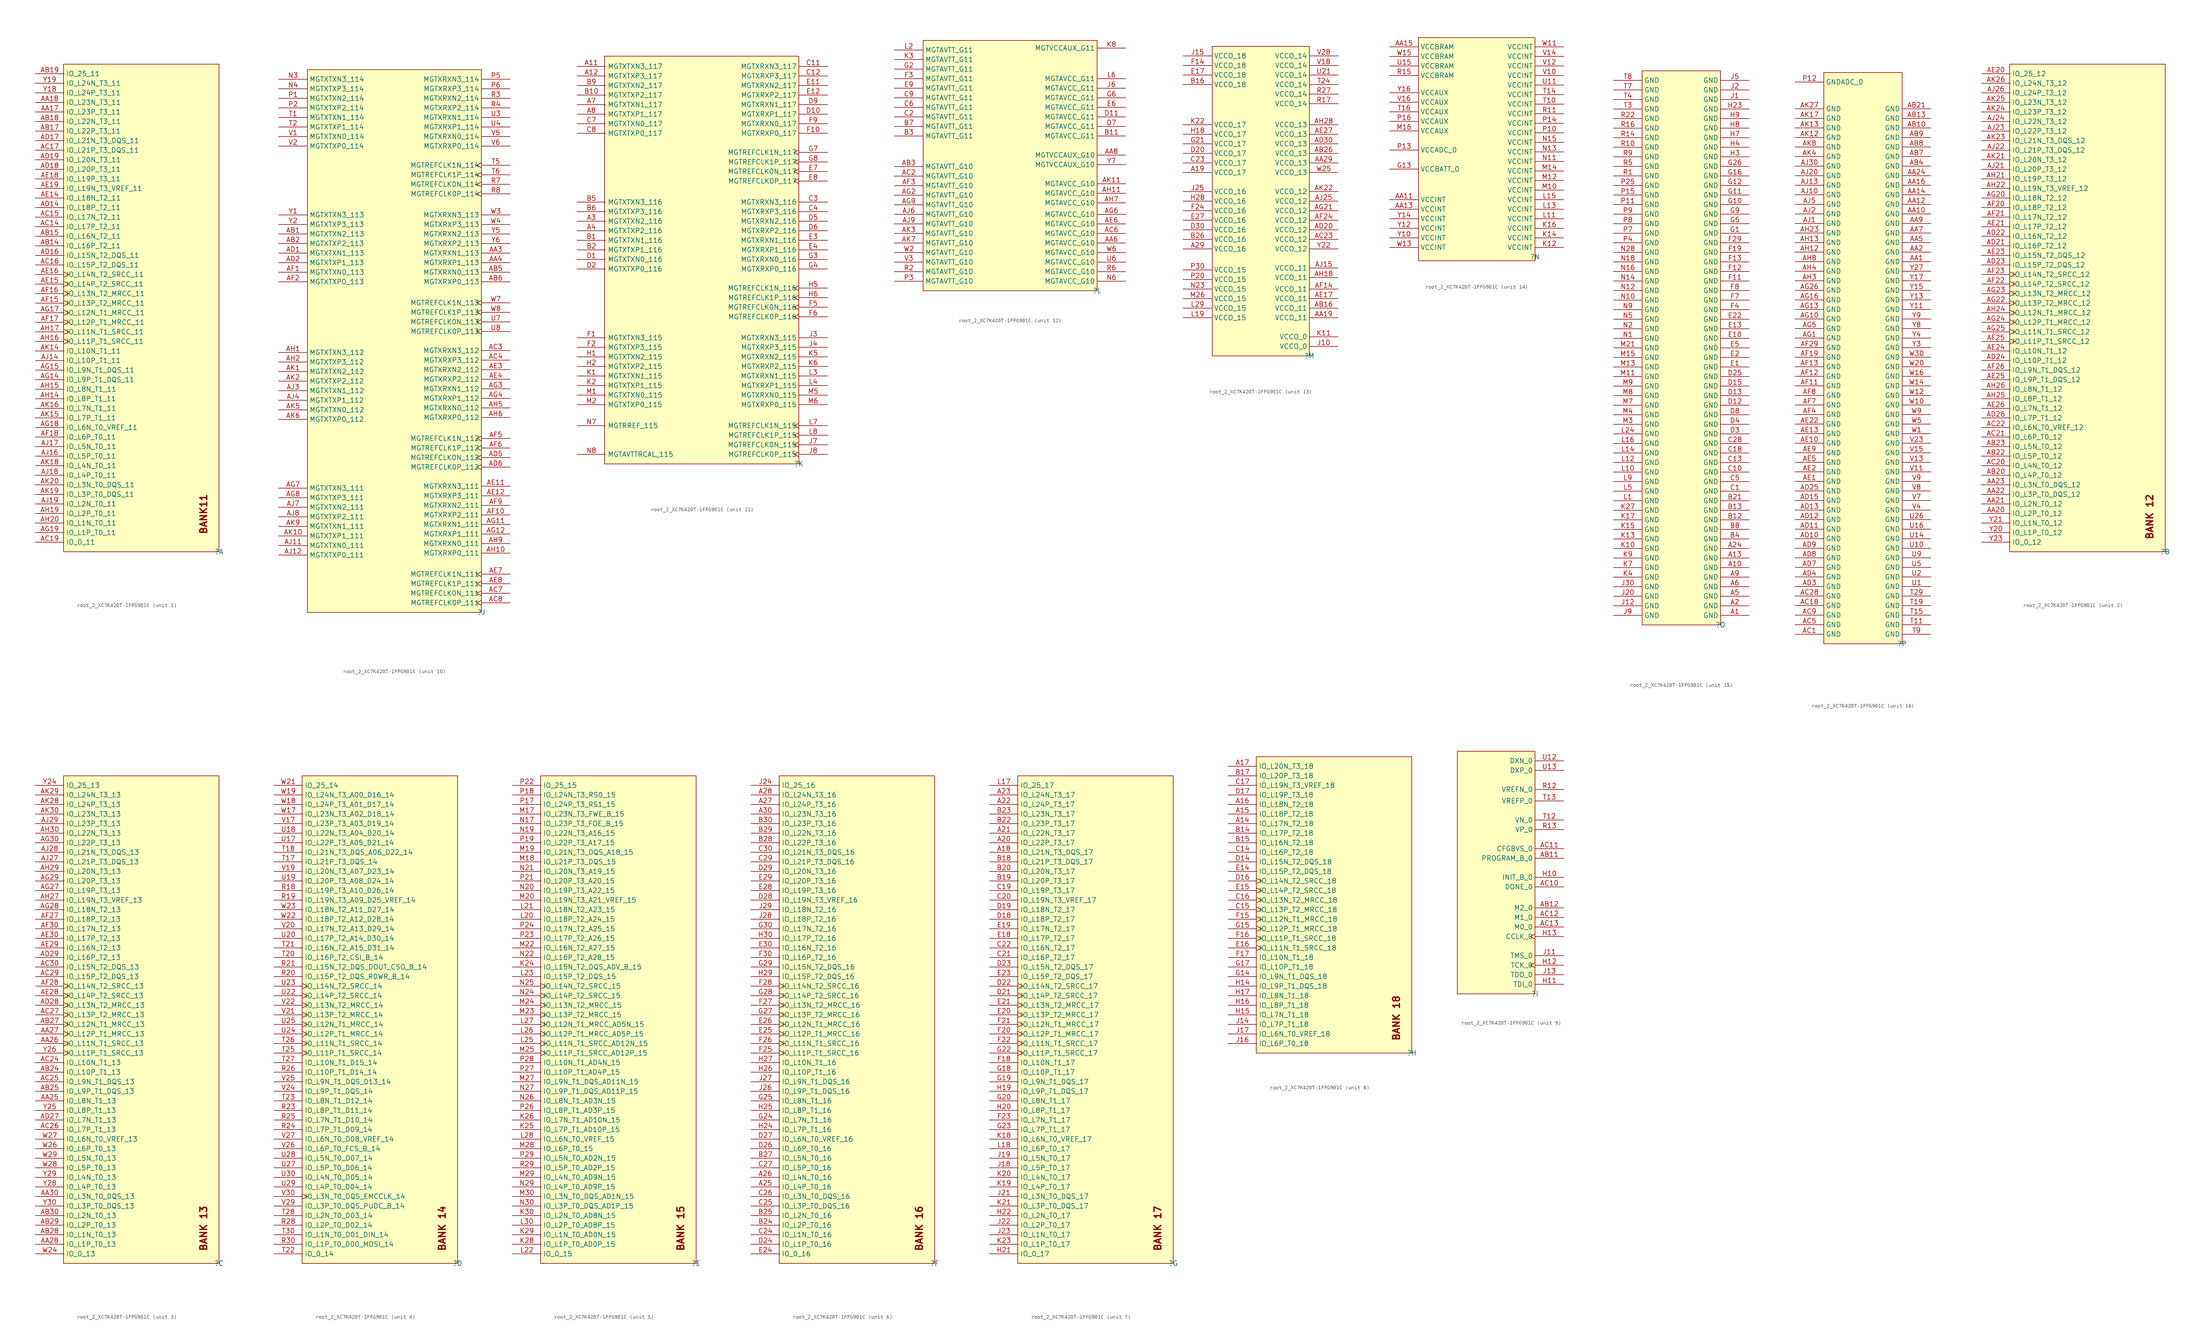
<source format=kicad_sym>
(kicad_symbol_lib
  (version 20220914)
  (generator kicad_symbol_editor)
  (symbol "root_2_XC7K420T-1FFG901C"
    (property "Reference" ""
      (at 0 0 0)
      (effects (font (size 1.27 1.27))))
    (property "Value" ""
      (at 0 0 0)
      (effects (font (size 1.27 1.27))))
    (symbol "root_2_XC7K420T-1FFG901C_1_0"
      (rectangle (start 0 127.5) (end -40.64 0) (stroke (width 0) (type solid)) (fill (type background)))
      (text "BANK11" (at -5.08 15.24 900) (effects (font (size 1.778 1.778) bold) (justify right top)))
      (pin bidirectional line (at -48 115 0) (length 7.5) (name "IO_L23P_T3_11" (effects (font (size 1.27 1.27)))) (number "AA17" (effects (font (size 1.27 1.27)))))
      (pin bidirectional line (at -48 117.5 0) (length 7.5) (name "IO_L23N_T3_11" (effects (font (size 1.27 1.27)))) (number "AA18" (effects (font (size 1.27 1.27)))))
      (pin bidirectional line (at -48 80 0) (length 7.5) (name "IO_L16P_T2_11" (effects (font (size 1.27 1.27)))) (number "AB14" (effects (font (size 1.27 1.27)))))
      (pin bidirectional line (at -48 82.5 0) (length 7.5) (name "IO_L16N_T2_11" (effects (font (size 1.27 1.27)))) (number "AB15" (effects (font (size 1.27 1.27)))))
      (pin bidirectional line (at -48 110 0) (length 7.5) (name "IO_L22P_T3_11" (effects (font (size 1.27 1.27)))) (number "AB17" (effects (font (size 1.27 1.27)))))
      (pin bidirectional line (at -48 112.5 0) (length 7.5) (name "IO_L22N_T3_11" (effects (font (size 1.27 1.27)))) (number "AB18" (effects (font (size 1.27 1.27)))))
      (pin bidirectional line (at -48 125 0) (length 7.5) (name "IO_25_11" (effects (font (size 1.27 1.27)))) (number "AB19" (effects (font (size 1.27 1.27)))))
      (pin bidirectional line (at -48 85 0) (length 7.5) (name "IO_L17P_T2_11" (effects (font (size 1.27 1.27)))) (number "AC14" (effects (font (size 1.27 1.27)))))
      (pin bidirectional line (at -48 87.5 0) (length 7.5) (name "IO_L17N_T2_11" (effects (font (size 1.27 1.27)))) (number "AC15" (effects (font (size 1.27 1.27)))))
      (pin bidirectional line (at -48 75 0) (length 7.5) (name "IO_L15P_T2_DQS_11" (effects (font (size 1.27 1.27)))) (number "AC16" (effects (font (size 1.27 1.27)))))
      (pin bidirectional line (at -48 105 0) (length 7.5) (name "IO_L21P_T3_DQS_11" (effects (font (size 1.27 1.27)))) (number "AC17" (effects (font (size 1.27 1.27)))))
      (pin bidirectional line (at -48 2.5 0) (length 7.5) (name "IO_0_11" (effects (font (size 1.27 1.27)))) (number "AC19" (effects (font (size 1.27 1.27)))))
      (pin bidirectional line (at -48 90 0) (length 7.5) (name "IO_L18P_T2_11" (effects (font (size 1.27 1.27)))) (number "AD14" (effects (font (size 1.27 1.27)))))
      (pin bidirectional line (at -48 77.5 0) (length 7.5) (name "IO_L15N_T2_DQS_11" (effects (font (size 1.27 1.27)))) (number "AD16" (effects (font (size 1.27 1.27)))))
      (pin bidirectional line (at -48 107.5 0) (length 7.5) (name "IO_L21N_T3_DQS_11" (effects (font (size 1.27 1.27)))) (number "AD17" (effects (font (size 1.27 1.27)))))
      (pin bidirectional line (at -48 100 0) (length 7.5) (name "IO_L20P_T3_11" (effects (font (size 1.27 1.27)))) (number "AD18" (effects (font (size 1.27 1.27)))))
      (pin bidirectional line (at -48 102.5 0) (length 7.5) (name "IO_L20N_T3_11" (effects (font (size 1.27 1.27)))) (number "AD19" (effects (font (size 1.27 1.27)))))
      (pin bidirectional line (at -48 92.5 0) (length 7.5) (name "IO_L18N_T2_11" (effects (font (size 1.27 1.27)))) (number "AE14" (effects (font (size 1.27 1.27)))))
      (pin bidirectional clock (at -48 70 0) (length 7.5) (name "IO_L14P_T2_SRCC_11" (effects (font (size 1.27 1.27)))) (number "AE15" (effects (font (size 1.27 1.27)))))
      (pin bidirectional clock (at -48 72.5 0) (length 7.5) (name "IO_L14N_T2_SRCC_11" (effects (font (size 1.27 1.27)))) (number "AE16" (effects (font (size 1.27 1.27)))))
      (pin bidirectional line (at -48 97.5 0) (length 7.5) (name "IO_L19P_T3_11" (effects (font (size 1.27 1.27)))) (number "AE18" (effects (font (size 1.27 1.27)))))
      (pin bidirectional line (at -48 95 0) (length 7.5) (name "IO_L19N_T3_VREF_11" (effects (font (size 1.27 1.27)))) (number "AE19" (effects (font (size 1.27 1.27)))))
      (pin bidirectional clock (at -48 65 0) (length 7.5) (name "IO_L13P_T2_MRCC_11" (effects (font (size 1.27 1.27)))) (number "AF15" (effects (font (size 1.27 1.27)))))
      (pin bidirectional clock (at -48 67.5 0) (length 7.5) (name "IO_L13N_T2_MRCC_11" (effects (font (size 1.27 1.27)))) (number "AF16" (effects (font (size 1.27 1.27)))))
      (pin bidirectional clock (at -48 60 0) (length 7.5) (name "IO_L12P_T1_MRCC_11" (effects (font (size 1.27 1.27)))) (number "AF17" (effects (font (size 1.27 1.27)))))
      (pin bidirectional line (at -48 30 0) (length 7.5) (name "IO_L6P_T0_11" (effects (font (size 1.27 1.27)))) (number "AF18" (effects (font (size 1.27 1.27)))))
      (pin bidirectional line (at -48 45 0) (length 7.5) (name "IO_L9P_T1_DQS_11" (effects (font (size 1.27 1.27)))) (number "AG14" (effects (font (size 1.27 1.27)))))
      (pin bidirectional line (at -48 47.5 0) (length 7.5) (name "IO_L9N_T1_DQS_11" (effects (font (size 1.27 1.27)))) (number "AG15" (effects (font (size 1.27 1.27)))))
      (pin bidirectional clock (at -48 62.5 0) (length 7.5) (name "IO_L12N_T1_MRCC_11" (effects (font (size 1.27 1.27)))) (number "AG17" (effects (font (size 1.27 1.27)))))
      (pin bidirectional line (at -48 32.5 0) (length 7.5) (name "IO_L6N_T0_VREF_11" (effects (font (size 1.27 1.27)))) (number "AG18" (effects (font (size 1.27 1.27)))))
      (pin bidirectional line (at -48 5 0) (length 7.5) (name "IO_L1P_T0_11" (effects (font (size 1.27 1.27)))) (number "AG19" (effects (font (size 1.27 1.27)))))
      (pin bidirectional line (at -48 40 0) (length 7.5) (name "IO_L8P_T1_11" (effects (font (size 1.27 1.27)))) (number "AH14" (effects (font (size 1.27 1.27)))))
      (pin bidirectional line (at -48 42.5 0) (length 7.5) (name "IO_L8N_T1_11" (effects (font (size 1.27 1.27)))) (number "AH15" (effects (font (size 1.27 1.27)))))
      (pin bidirectional clock (at -48 55 0) (length 7.5) (name "IO_L11P_T1_SRCC_11" (effects (font (size 1.27 1.27)))) (number "AH16" (effects (font (size 1.27 1.27)))))
      (pin bidirectional clock (at -48 57.5 0) (length 7.5) (name "IO_L11N_T1_SRCC_11" (effects (font (size 1.27 1.27)))) (number "AH17" (effects (font (size 1.27 1.27)))))
      (pin bidirectional line (at -48 10 0) (length 7.5) (name "IO_L2P_T0_11" (effects (font (size 1.27 1.27)))) (number "AH19" (effects (font (size 1.27 1.27)))))
      (pin bidirectional line (at -48 7.5 0) (length 7.5) (name "IO_L1N_T0_11" (effects (font (size 1.27 1.27)))) (number "AH20" (effects (font (size 1.27 1.27)))))
      (pin bidirectional line (at -48 50 0) (length 7.5) (name "IO_L10P_T1_11" (effects (font (size 1.27 1.27)))) (number "AJ14" (effects (font (size 1.27 1.27)))))
      (pin bidirectional line (at -48 25 0) (length 7.5) (name "IO_L5P_T0_11" (effects (font (size 1.27 1.27)))) (number "AJ16" (effects (font (size 1.27 1.27)))))
      (pin bidirectional line (at -48 27.5 0) (length 7.5) (name "IO_L5N_T0_11" (effects (font (size 1.27 1.27)))) (number "AJ17" (effects (font (size 1.27 1.27)))))
      (pin bidirectional line (at -48 20 0) (length 7.5) (name "IO_L4P_T0_11" (effects (font (size 1.27 1.27)))) (number "AJ18" (effects (font (size 1.27 1.27)))))
      (pin bidirectional line (at -48 12.5 0) (length 7.5) (name "IO_L2N_T0_11" (effects (font (size 1.27 1.27)))) (number "AJ19" (effects (font (size 1.27 1.27)))))
      (pin bidirectional line (at -48 52.5 0) (length 7.5) (name "IO_L10N_T1_11" (effects (font (size 1.27 1.27)))) (number "AK14" (effects (font (size 1.27 1.27)))))
      (pin bidirectional line (at -48 35 0) (length 7.5) (name "IO_L7P_T1_11" (effects (font (size 1.27 1.27)))) (number "AK15" (effects (font (size 1.27 1.27)))))
      (pin bidirectional line (at -48 37.5 0) (length 7.5) (name "IO_L7N_T1_11" (effects (font (size 1.27 1.27)))) (number "AK16" (effects (font (size 1.27 1.27)))))
      (pin bidirectional line (at -48 22.5 0) (length 7.5) (name "IO_L4N_T0_11" (effects (font (size 1.27 1.27)))) (number "AK18" (effects (font (size 1.27 1.27)))))
      (pin bidirectional line (at -48 15 0) (length 7.5) (name "IO_L3P_T0_DQS_11" (effects (font (size 1.27 1.27)))) (number "AK19" (effects (font (size 1.27 1.27)))))
      (pin bidirectional line (at -48 17.5 0) (length 7.5) (name "IO_L3N_T0_DQS_11" (effects (font (size 1.27 1.27)))) (number "AK20" (effects (font (size 1.27 1.27)))))
      (pin bidirectional line (at -48 120 0) (length 7.5) (name "IO_L24P_T3_11" (effects (font (size 1.27 1.27)))) (number "Y18" (effects (font (size 1.27 1.27)))))
      (pin bidirectional line (at -48 122.5 0) (length 7.5) (name "IO_L24N_T3_11" (effects (font (size 1.27 1.27)))) (number "Y19" (effects (font (size 1.27 1.27))))))
    (symbol "root_2_XC7K420T-1FFG901C_2_0"
      (rectangle (start 0 127.5) (end -40.64 0) (stroke (width 0) (type solid)) (fill (type background)))
      (text "BANK 12" (at -5.08 15.24 900) (effects (font (size 1.778 1.778) bold) (justify right top)))
      (pin bidirectional line (at -48 10 0) (length 7.5) (name "IO_L2P_T0_12" (effects (font (size 1.27 1.27)))) (number "AA20" (effects (font (size 1.27 1.27)))))
      (pin bidirectional line (at -48 12.5 0) (length 7.5) (name "IO_L2N_T0_12" (effects (font (size 1.27 1.27)))) (number "AA21" (effects (font (size 1.27 1.27)))))
      (pin bidirectional line (at -48 15 0) (length 7.5) (name "IO_L3P_T0_DQS_12" (effects (font (size 1.27 1.27)))) (number "AA22" (effects (font (size 1.27 1.27)))))
      (pin bidirectional line (at -48 17.5 0) (length 7.5) (name "IO_L3N_T0_DQS_12" (effects (font (size 1.27 1.27)))) (number "AA23" (effects (font (size 1.27 1.27)))))
      (pin bidirectional line (at -48 20 0) (length 7.5) (name "IO_L4P_T0_12" (effects (font (size 1.27 1.27)))) (number "AB20" (effects (font (size 1.27 1.27)))))
      (pin bidirectional line (at -48 25 0) (length 7.5) (name "IO_L5P_T0_12" (effects (font (size 1.27 1.27)))) (number "AB22" (effects (font (size 1.27 1.27)))))
      (pin bidirectional line (at -48 27.5 0) (length 7.5) (name "IO_L5N_T0_12" (effects (font (size 1.27 1.27)))) (number "AB23" (effects (font (size 1.27 1.27)))))
      (pin bidirectional line (at -48 22.5 0) (length 7.5) (name "IO_L4N_T0_12" (effects (font (size 1.27 1.27)))) (number "AC20" (effects (font (size 1.27 1.27)))))
      (pin bidirectional line (at -48 30 0) (length 7.5) (name "IO_L6P_T0_12" (effects (font (size 1.27 1.27)))) (number "AC21" (effects (font (size 1.27 1.27)))))
      (pin bidirectional line (at -48 32.5 0) (length 7.5) (name "IO_L6N_T0_VREF_12" (effects (font (size 1.27 1.27)))) (number "AC22" (effects (font (size 1.27 1.27)))))
      (pin bidirectional line (at -48 80 0) (length 7.5) (name "IO_L16P_T2_12" (effects (font (size 1.27 1.27)))) (number "AD21" (effects (font (size 1.27 1.27)))))
      (pin bidirectional line (at -48 82.5 0) (length 7.5) (name "IO_L16N_T2_12" (effects (font (size 1.27 1.27)))) (number "AD22" (effects (font (size 1.27 1.27)))))
      (pin bidirectional line (at -48 75 0) (length 7.5) (name "IO_L15P_T2_DQS_12" (effects (font (size 1.27 1.27)))) (number "AD23" (effects (font (size 1.27 1.27)))))
      (pin bidirectional line (at -48 50 0) (length 7.5) (name "IO_L10P_T1_12" (effects (font (size 1.27 1.27)))) (number "AD24" (effects (font (size 1.27 1.27)))))
      (pin bidirectional line (at -48 35 0) (length 7.5) (name "IO_L7P_T1_12" (effects (font (size 1.27 1.27)))) (number "AD26" (effects (font (size 1.27 1.27)))))
      (pin bidirectional line (at -48 125 0) (length 7.5) (name "IO_25_12" (effects (font (size 1.27 1.27)))) (number "AE20" (effects (font (size 1.27 1.27)))))
      (pin bidirectional line (at -48 85 0) (length 7.5) (name "IO_L17P_T2_12" (effects (font (size 1.27 1.27)))) (number "AE21" (effects (font (size 1.27 1.27)))))
      (pin bidirectional line (at -48 77.5 0) (length 7.5) (name "IO_L15N_T2_DQS_12" (effects (font (size 1.27 1.27)))) (number "AE23" (effects (font (size 1.27 1.27)))))
      (pin bidirectional line (at -48 52.5 0) (length 7.5) (name "IO_L10N_T1_12" (effects (font (size 1.27 1.27)))) (number "AE24" (effects (font (size 1.27 1.27)))))
      (pin bidirectional line (at -48 45 0) (length 7.5) (name "IO_L9P_T1_DQS_12" (effects (font (size 1.27 1.27)))) (number "AE25" (effects (font (size 1.27 1.27)))))
      (pin bidirectional line (at -48 37.5 0) (length 7.5) (name "IO_L7N_T1_12" (effects (font (size 1.27 1.27)))) (number "AE26" (effects (font (size 1.27 1.27)))))
      (pin bidirectional line (at -48 90 0) (length 7.5) (name "IO_L18P_T2_12" (effects (font (size 1.27 1.27)))) (number "AF20" (effects (font (size 1.27 1.27)))))
      (pin bidirectional line (at -48 87.5 0) (length 7.5) (name "IO_L17N_T2_12" (effects (font (size 1.27 1.27)))) (number "AF21" (effects (font (size 1.27 1.27)))))
      (pin bidirectional clock (at -48 70 0) (length 7.5) (name "IO_L14P_T2_SRCC_12" (effects (font (size 1.27 1.27)))) (number "AF22" (effects (font (size 1.27 1.27)))))
      (pin bidirectional clock (at -48 72.5 0) (length 7.5) (name "IO_L14N_T2_SRCC_12" (effects (font (size 1.27 1.27)))) (number "AF23" (effects (font (size 1.27 1.27)))))
      (pin bidirectional clock (at -48 55 0) (length 7.5) (name "IO_L11P_T1_SRCC_12" (effects (font (size 1.27 1.27)))) (number "AF25" (effects (font (size 1.27 1.27)))))
      (pin bidirectional line (at -48 47.5 0) (length 7.5) (name "IO_L9N_T1_DQS_12" (effects (font (size 1.27 1.27)))) (number "AF26" (effects (font (size 1.27 1.27)))))
      (pin bidirectional line (at -48 92.5 0) (length 7.5) (name "IO_L18N_T2_12" (effects (font (size 1.27 1.27)))) (number "AG20" (effects (font (size 1.27 1.27)))))
      (pin bidirectional clock (at -48 65 0) (length 7.5) (name "IO_L13P_T2_MRCC_12" (effects (font (size 1.27 1.27)))) (number "AG22" (effects (font (size 1.27 1.27)))))
      (pin bidirectional clock (at -48 67.5 0) (length 7.5) (name "IO_L13N_T2_MRCC_12" (effects (font (size 1.27 1.27)))) (number "AG23" (effects (font (size 1.27 1.27)))))
      (pin bidirectional clock (at -48 60 0) (length 7.5) (name "IO_L12P_T1_MRCC_12" (effects (font (size 1.27 1.27)))) (number "AG24" (effects (font (size 1.27 1.27)))))
      (pin bidirectional clock (at -48 57.5 0) (length 7.5) (name "IO_L11N_T1_SRCC_12" (effects (font (size 1.27 1.27)))) (number "AG25" (effects (font (size 1.27 1.27)))))
      (pin bidirectional line (at -48 97.5 0) (length 7.5) (name "IO_L19P_T3_12" (effects (font (size 1.27 1.27)))) (number "AH21" (effects (font (size 1.27 1.27)))))
      (pin bidirectional line (at -48 95 0) (length 7.5) (name "IO_L19N_T3_VREF_12" (effects (font (size 1.27 1.27)))) (number "AH22" (effects (font (size 1.27 1.27)))))
      (pin bidirectional clock (at -48 62.5 0) (length 7.5) (name "IO_L12N_T1_MRCC_12" (effects (font (size 1.27 1.27)))) (number "AH24" (effects (font (size 1.27 1.27)))))
      (pin bidirectional line (at -48 40 0) (length 7.5) (name "IO_L8P_T1_12" (effects (font (size 1.27 1.27)))) (number "AH25" (effects (font (size 1.27 1.27)))))
      (pin bidirectional line (at -48 42.5 0) (length 7.5) (name "IO_L8N_T1_12" (effects (font (size 1.27 1.27)))) (number "AH26" (effects (font (size 1.27 1.27)))))
      (pin bidirectional line (at -48 100 0) (length 7.5) (name "IO_L20P_T3_12" (effects (font (size 1.27 1.27)))) (number "AJ21" (effects (font (size 1.27 1.27)))))
      (pin bidirectional line (at -48 105 0) (length 7.5) (name "IO_L21P_T3_DQS_12" (effects (font (size 1.27 1.27)))) (number "AJ22" (effects (font (size 1.27 1.27)))))
      (pin bidirectional line (at -48 110 0) (length 7.5) (name "IO_L22P_T3_12" (effects (font (size 1.27 1.27)))) (number "AJ23" (effects (font (size 1.27 1.27)))))
      (pin bidirectional line (at -48 112.5 0) (length 7.5) (name "IO_L22N_T3_12" (effects (font (size 1.27 1.27)))) (number "AJ24" (effects (font (size 1.27 1.27)))))
      (pin bidirectional line (at -48 120 0) (length 7.5) (name "IO_L24P_T3_12" (effects (font (size 1.27 1.27)))) (number "AJ26" (effects (font (size 1.27 1.27)))))
      (pin bidirectional line (at -48 102.5 0) (length 7.5) (name "IO_L20N_T3_12" (effects (font (size 1.27 1.27)))) (number "AK21" (effects (font (size 1.27 1.27)))))
      (pin bidirectional line (at -48 107.5 0) (length 7.5) (name "IO_L21N_T3_DQS_12" (effects (font (size 1.27 1.27)))) (number "AK23" (effects (font (size 1.27 1.27)))))
      (pin bidirectional line (at -48 115 0) (length 7.5) (name "IO_L23P_T3_12" (effects (font (size 1.27 1.27)))) (number "AK24" (effects (font (size 1.27 1.27)))))
      (pin bidirectional line (at -48 117.5 0) (length 7.5) (name "IO_L23N_T3_12" (effects (font (size 1.27 1.27)))) (number "AK25" (effects (font (size 1.27 1.27)))))
      (pin bidirectional line (at -48 122.5 0) (length 7.5) (name "IO_L24N_T3_12" (effects (font (size 1.27 1.27)))) (number "AK26" (effects (font (size 1.27 1.27)))))
      (pin bidirectional line (at -48 5 0) (length 7.5) (name "IO_L1P_T0_12" (effects (font (size 1.27 1.27)))) (number "Y20" (effects (font (size 1.27 1.27)))))
      (pin bidirectional line (at -48 7.5 0) (length 7.5) (name "IO_L1N_T0_12" (effects (font (size 1.27 1.27)))) (number "Y21" (effects (font (size 1.27 1.27)))))
      (pin bidirectional line (at -48 2.5 0) (length 7.5) (name "IO_0_12" (effects (font (size 1.27 1.27)))) (number "Y23" (effects (font (size 1.27 1.27))))))
    (symbol "root_2_XC7K420T-1FFG901C_3_0"
      (rectangle (start 0 127.5) (end -40.64 0) (stroke (width 0) (type solid)) (fill (type background)))
      (text "BANK 13" (at -5.08 15.24 900) (effects (font (size 1.778 1.778) bold) (justify right top)))
      (pin bidirectional line (at -48 42.5 0) (length 7.5) (name "IO_L8N_T1_13" (effects (font (size 1.27 1.27)))) (number "AA25" (effects (font (size 1.27 1.27)))))
      (pin bidirectional clock (at -48 57.5 0) (length 7.5) (name "IO_L11N_T1_SRCC_13" (effects (font (size 1.27 1.27)))) (number "AA26" (effects (font (size 1.27 1.27)))))
      (pin bidirectional clock (at -48 60 0) (length 7.5) (name "IO_L12P_T1_MRCC_13" (effects (font (size 1.27 1.27)))) (number "AA27" (effects (font (size 1.27 1.27)))))
      (pin bidirectional line (at -48 5 0) (length 7.5) (name "IO_L1P_T0_13" (effects (font (size 1.27 1.27)))) (number "AA28" (effects (font (size 1.27 1.27)))))
      (pin bidirectional line (at -48 17.5 0) (length 7.5) (name "IO_L3N_T0_DQS_13" (effects (font (size 1.27 1.27)))) (number "AA30" (effects (font (size 1.27 1.27)))))
      (pin bidirectional line (at -48 50 0) (length 7.5) (name "IO_L10P_T1_13" (effects (font (size 1.27 1.27)))) (number "AB24" (effects (font (size 1.27 1.27)))))
      (pin bidirectional line (at -48 45 0) (length 7.5) (name "IO_L9P_T1_DQS_13" (effects (font (size 1.27 1.27)))) (number "AB25" (effects (font (size 1.27 1.27)))))
      (pin bidirectional clock (at -48 62.5 0) (length 7.5) (name "IO_L12N_T1_MRCC_13" (effects (font (size 1.27 1.27)))) (number "AB27" (effects (font (size 1.27 1.27)))))
      (pin bidirectional line (at -48 7.5 0) (length 7.5) (name "IO_L1N_T0_13" (effects (font (size 1.27 1.27)))) (number "AB28" (effects (font (size 1.27 1.27)))))
      (pin bidirectional line (at -48 10 0) (length 7.5) (name "IO_L2P_T0_13" (effects (font (size 1.27 1.27)))) (number "AB29" (effects (font (size 1.27 1.27)))))
      (pin bidirectional line (at -48 12.5 0) (length 7.5) (name "IO_L2N_T0_13" (effects (font (size 1.27 1.27)))) (number "AB30" (effects (font (size 1.27 1.27)))))
      (pin bidirectional line (at -48 52.5 0) (length 7.5) (name "IO_L10N_T1_13" (effects (font (size 1.27 1.27)))) (number "AC24" (effects (font (size 1.27 1.27)))))
      (pin bidirectional line (at -48 47.5 0) (length 7.5) (name "IO_L9N_T1_DQS_13" (effects (font (size 1.27 1.27)))) (number "AC25" (effects (font (size 1.27 1.27)))))
      (pin bidirectional line (at -48 35 0) (length 7.5) (name "IO_L7P_T1_13" (effects (font (size 1.27 1.27)))) (number "AC26" (effects (font (size 1.27 1.27)))))
      (pin bidirectional clock (at -48 65 0) (length 7.5) (name "IO_L13P_T2_MRCC_13" (effects (font (size 1.27 1.27)))) (number "AC27" (effects (font (size 1.27 1.27)))))
      (pin bidirectional line (at -48 75 0) (length 7.5) (name "IO_L15P_T2_DQS_13" (effects (font (size 1.27 1.27)))) (number "AC29" (effects (font (size 1.27 1.27)))))
      (pin bidirectional line (at -48 77.5 0) (length 7.5) (name "IO_L15N_T2_DQS_13" (effects (font (size 1.27 1.27)))) (number "AC30" (effects (font (size 1.27 1.27)))))
      (pin bidirectional line (at -48 37.5 0) (length 7.5) (name "IO_L7N_T1_13" (effects (font (size 1.27 1.27)))) (number "AD27" (effects (font (size 1.27 1.27)))))
      (pin bidirectional clock (at -48 67.5 0) (length 7.5) (name "IO_L13N_T2_MRCC_13" (effects (font (size 1.27 1.27)))) (number "AD28" (effects (font (size 1.27 1.27)))))
      (pin bidirectional line (at -48 80 0) (length 7.5) (name "IO_L16P_T2_13" (effects (font (size 1.27 1.27)))) (number "AD29" (effects (font (size 1.27 1.27)))))
      (pin bidirectional clock (at -48 70 0) (length 7.5) (name "IO_L14P_T2_SRCC_13" (effects (font (size 1.27 1.27)))) (number "AE28" (effects (font (size 1.27 1.27)))))
      (pin bidirectional line (at -48 82.5 0) (length 7.5) (name "IO_L16N_T2_13" (effects (font (size 1.27 1.27)))) (number "AE29" (effects (font (size 1.27 1.27)))))
      (pin bidirectional line (at -48 85 0) (length 7.5) (name "IO_L17P_T2_13" (effects (font (size 1.27 1.27)))) (number "AE30" (effects (font (size 1.27 1.27)))))
      (pin bidirectional line (at -48 90 0) (length 7.5) (name "IO_L18P_T2_13" (effects (font (size 1.27 1.27)))) (number "AF27" (effects (font (size 1.27 1.27)))))
      (pin bidirectional clock (at -48 72.5 0) (length 7.5) (name "IO_L14N_T2_SRCC_13" (effects (font (size 1.27 1.27)))) (number "AF28" (effects (font (size 1.27 1.27)))))
      (pin bidirectional line (at -48 87.5 0) (length 7.5) (name "IO_L17N_T2_13" (effects (font (size 1.27 1.27)))) (number "AF30" (effects (font (size 1.27 1.27)))))
      (pin bidirectional line (at -48 97.5 0) (length 7.5) (name "IO_L19P_T3_13" (effects (font (size 1.27 1.27)))) (number "AG27" (effects (font (size 1.27 1.27)))))
      (pin bidirectional line (at -48 92.5 0) (length 7.5) (name "IO_L18N_T2_13" (effects (font (size 1.27 1.27)))) (number "AG28" (effects (font (size 1.27 1.27)))))
      (pin bidirectional line (at -48 100 0) (length 7.5) (name "IO_L20P_T3_13" (effects (font (size 1.27 1.27)))) (number "AG29" (effects (font (size 1.27 1.27)))))
      (pin bidirectional line (at -48 110 0) (length 7.5) (name "IO_L22P_T3_13" (effects (font (size 1.27 1.27)))) (number "AG30" (effects (font (size 1.27 1.27)))))
      (pin bidirectional line (at -48 95 0) (length 7.5) (name "IO_L19N_T3_VREF_13" (effects (font (size 1.27 1.27)))) (number "AH27" (effects (font (size 1.27 1.27)))))
      (pin bidirectional line (at -48 102.5 0) (length 7.5) (name "IO_L20N_T3_13" (effects (font (size 1.27 1.27)))) (number "AH29" (effects (font (size 1.27 1.27)))))
      (pin bidirectional line (at -48 112.5 0) (length 7.5) (name "IO_L22N_T3_13" (effects (font (size 1.27 1.27)))) (number "AH30" (effects (font (size 1.27 1.27)))))
      (pin bidirectional line (at -48 105 0) (length 7.5) (name "IO_L21P_T3_DQS_13" (effects (font (size 1.27 1.27)))) (number "AJ27" (effects (font (size 1.27 1.27)))))
      (pin bidirectional line (at -48 107.5 0) (length 7.5) (name "IO_L21N_T3_DQS_13" (effects (font (size 1.27 1.27)))) (number "AJ28" (effects (font (size 1.27 1.27)))))
      (pin bidirectional line (at -48 115 0) (length 7.5) (name "IO_L23P_T3_13" (effects (font (size 1.27 1.27)))) (number "AJ29" (effects (font (size 1.27 1.27)))))
      (pin bidirectional line (at -48 120 0) (length 7.5) (name "IO_L24P_T3_13" (effects (font (size 1.27 1.27)))) (number "AK28" (effects (font (size 1.27 1.27)))))
      (pin bidirectional line (at -48 122.5 0) (length 7.5) (name "IO_L24N_T3_13" (effects (font (size 1.27 1.27)))) (number "AK29" (effects (font (size 1.27 1.27)))))
      (pin bidirectional line (at -48 117.5 0) (length 7.5) (name "IO_L23N_T3_13" (effects (font (size 1.27 1.27)))) (number "AK30" (effects (font (size 1.27 1.27)))))
      (pin bidirectional line (at -48 2.5 0) (length 7.5) (name "IO_0_13" (effects (font (size 1.27 1.27)))) (number "W24" (effects (font (size 1.27 1.27)))))
      (pin bidirectional line (at -48 30 0) (length 7.5) (name "IO_L6P_T0_13" (effects (font (size 1.27 1.27)))) (number "W26" (effects (font (size 1.27 1.27)))))
      (pin bidirectional line (at -48 32.5 0) (length 7.5) (name "IO_L6N_T0_VREF_13" (effects (font (size 1.27 1.27)))) (number "W27" (effects (font (size 1.27 1.27)))))
      (pin bidirectional line (at -48 25 0) (length 7.5) (name "IO_L5P_T0_13" (effects (font (size 1.27 1.27)))) (number "W28" (effects (font (size 1.27 1.27)))))
      (pin bidirectional line (at -48 27.5 0) (length 7.5) (name "IO_L5N_T0_13" (effects (font (size 1.27 1.27)))) (number "W29" (effects (font (size 1.27 1.27)))))
      (pin bidirectional line (at -48 125 0) (length 7.5) (name "IO_25_13" (effects (font (size 1.27 1.27)))) (number "Y24" (effects (font (size 1.27 1.27)))))
      (pin bidirectional line (at -48 40 0) (length 7.5) (name "IO_L8P_T1_13" (effects (font (size 1.27 1.27)))) (number "Y25" (effects (font (size 1.27 1.27)))))
      (pin bidirectional clock (at -48 55 0) (length 7.5) (name "IO_L11P_T1_SRCC_13" (effects (font (size 1.27 1.27)))) (number "Y26" (effects (font (size 1.27 1.27)))))
      (pin bidirectional line (at -48 20 0) (length 7.5) (name "IO_L4P_T0_13" (effects (font (size 1.27 1.27)))) (number "Y28" (effects (font (size 1.27 1.27)))))
      (pin bidirectional line (at -48 22.5 0) (length 7.5) (name "IO_L4N_T0_13" (effects (font (size 1.27 1.27)))) (number "Y29" (effects (font (size 1.27 1.27)))))
      (pin bidirectional line (at -48 15 0) (length 7.5) (name "IO_L3P_T0_DQS_13" (effects (font (size 1.27 1.27)))) (number "Y30" (effects (font (size 1.27 1.27))))))
    (symbol "root_2_XC7K420T-1FFG901C_4_0"
      (rectangle (start 0 127.5) (end -40.64 0) (stroke (width 0) (type solid)) (fill (type background)))
      (text "BANK 14" (at -5.08 15.24 900) (effects (font (size 1.778 1.778) bold) (justify right top)))
      (pin bidirectional line (at -48 97.5 0) (length 7.5) (name "IO_L19P_T3_A10_D26_14" (effects (font (size 1.27 1.27)))) (number "R18" (effects (font (size 1.27 1.27)))))
      (pin bidirectional line (at -48 95 0) (length 7.5) (name "IO_L19N_T3_A09_D25_VREF_14" (effects (font (size 1.27 1.27)))) (number "R19" (effects (font (size 1.27 1.27)))))
      (pin bidirectional line (at -48 75 0) (length 7.5) (name "IO_L15P_T2_DQS_RDWR_B_14" (effects (font (size 1.27 1.27)))) (number "R20" (effects (font (size 1.27 1.27)))))
      (pin bidirectional line (at -48 77.5 0) (length 7.5) (name "IO_L15N_T2_DQS_DOUT_CSO_B_14" (effects (font (size 1.27 1.27)))) (number "R21" (effects (font (size 1.27 1.27)))))
      (pin bidirectional line (at -48 40 0) (length 7.5) (name "IO_L8P_T1_D11_14" (effects (font (size 1.27 1.27)))) (number "R23" (effects (font (size 1.27 1.27)))))
      (pin bidirectional line (at -48 35 0) (length 7.5) (name "IO_L7P_T1_D09_14" (effects (font (size 1.27 1.27)))) (number "R24" (effects (font (size 1.27 1.27)))))
      (pin bidirectional line (at -48 37.5 0) (length 7.5) (name "IO_L7N_T1_D10_14" (effects (font (size 1.27 1.27)))) (number "R25" (effects (font (size 1.27 1.27)))))
      (pin bidirectional line (at -48 50 0) (length 7.5) (name "IO_L10P_T1_D14_14" (effects (font (size 1.27 1.27)))) (number "R26" (effects (font (size 1.27 1.27)))))
      (pin bidirectional line (at -48 10 0) (length 7.5) (name "IO_L2P_T0_D02_14" (effects (font (size 1.27 1.27)))) (number "R28" (effects (font (size 1.27 1.27)))))
      (pin bidirectional line (at -48 5 0) (length 7.5) (name "IO_L1P_T0_D00_MOSI_14" (effects (font (size 1.27 1.27)))) (number "R30" (effects (font (size 1.27 1.27)))))
      (pin bidirectional line (at -48 105 0) (length 7.5) (name "IO_L21P_T3_DQS_14" (effects (font (size 1.27 1.27)))) (number "T17" (effects (font (size 1.27 1.27)))))
      (pin bidirectional line (at -48 107.5 0) (length 7.5) (name "IO_L21N_T3_DQS_A06_D22_14" (effects (font (size 1.27 1.27)))) (number "T18" (effects (font (size 1.27 1.27)))))
      (pin bidirectional line (at -48 80 0) (length 7.5) (name "IO_L16P_T2_CSI_B_14" (effects (font (size 1.27 1.27)))) (number "T20" (effects (font (size 1.27 1.27)))))
      (pin bidirectional line (at -48 82.5 0) (length 7.5) (name "IO_L16N_T2_A15_D31_14" (effects (font (size 1.27 1.27)))) (number "T21" (effects (font (size 1.27 1.27)))))
      (pin bidirectional line (at -48 2.5 0) (length 7.5) (name "IO_0_14" (effects (font (size 1.27 1.27)))) (number "T22" (effects (font (size 1.27 1.27)))))
      (pin bidirectional line (at -48 42.5 0) (length 7.5) (name "IO_L8N_T1_D12_14" (effects (font (size 1.27 1.27)))) (number "T23" (effects (font (size 1.27 1.27)))))
      (pin bidirectional clock (at -48 55 0) (length 7.5) (name "IO_L11P_T1_SRCC_14" (effects (font (size 1.27 1.27)))) (number "T25" (effects (font (size 1.27 1.27)))))
      (pin bidirectional clock (at -48 57.5 0) (length 7.5) (name "IO_L11N_T1_SRCC_14" (effects (font (size 1.27 1.27)))) (number "T26" (effects (font (size 1.27 1.27)))))
      (pin bidirectional line (at -48 52.5 0) (length 7.5) (name "IO_L10N_T1_D15_14" (effects (font (size 1.27 1.27)))) (number "T27" (effects (font (size 1.27 1.27)))))
      (pin bidirectional line (at -48 12.5 0) (length 7.5) (name "IO_L2N_T0_D03_14" (effects (font (size 1.27 1.27)))) (number "T28" (effects (font (size 1.27 1.27)))))
      (pin bidirectional line (at -48 7.5 0) (length 7.5) (name "IO_L1N_T0_D01_DIN_14" (effects (font (size 1.27 1.27)))) (number "T30" (effects (font (size 1.27 1.27)))))
      (pin bidirectional line (at -48 110 0) (length 7.5) (name "IO_L22P_T3_A05_D21_14" (effects (font (size 1.27 1.27)))) (number "U17" (effects (font (size 1.27 1.27)))))
      (pin bidirectional line (at -48 112.5 0) (length 7.5) (name "IO_L22N_T3_A04_D20_14" (effects (font (size 1.27 1.27)))) (number "U18" (effects (font (size 1.27 1.27)))))
      (pin bidirectional line (at -48 100 0) (length 7.5) (name "IO_L20P_T3_A08_D24_14" (effects (font (size 1.27 1.27)))) (number "U19" (effects (font (size 1.27 1.27)))))
      (pin bidirectional line (at -48 85 0) (length 7.5) (name "IO_L17P_T2_A14_D30_14" (effects (font (size 1.27 1.27)))) (number "U20" (effects (font (size 1.27 1.27)))))
      (pin bidirectional clock (at -48 70 0) (length 7.5) (name "IO_L14P_T2_SRCC_14" (effects (font (size 1.27 1.27)))) (number "U22" (effects (font (size 1.27 1.27)))))
      (pin bidirectional clock (at -48 72.5 0) (length 7.5) (name "IO_L14N_T2_SRCC_14" (effects (font (size 1.27 1.27)))) (number "U23" (effects (font (size 1.27 1.27)))))
      (pin bidirectional clock (at -48 60 0) (length 7.5) (name "IO_L12P_T1_MRCC_14" (effects (font (size 1.27 1.27)))) (number "U24" (effects (font (size 1.27 1.27)))))
      (pin bidirectional clock (at -48 62.5 0) (length 7.5) (name "IO_L12N_T1_MRCC_14" (effects (font (size 1.27 1.27)))) (number "U25" (effects (font (size 1.27 1.27)))))
      (pin bidirectional line (at -48 25 0) (length 7.5) (name "IO_L5P_T0_D06_14" (effects (font (size 1.27 1.27)))) (number "U27" (effects (font (size 1.27 1.27)))))
      (pin bidirectional line (at -48 27.5 0) (length 7.5) (name "IO_L5N_T0_D07_14" (effects (font (size 1.27 1.27)))) (number "U28" (effects (font (size 1.27 1.27)))))
      (pin bidirectional line (at -48 20 0) (length 7.5) (name "IO_L4P_T0_D04_14" (effects (font (size 1.27 1.27)))) (number "U29" (effects (font (size 1.27 1.27)))))
      (pin bidirectional line (at -48 22.5 0) (length 7.5) (name "IO_L4N_T0_D05_14" (effects (font (size 1.27 1.27)))) (number "U30" (effects (font (size 1.27 1.27)))))
      (pin bidirectional line (at -48 115 0) (length 7.5) (name "IO_L23P_T3_A03_D19_14" (effects (font (size 1.27 1.27)))) (number "V17" (effects (font (size 1.27 1.27)))))
      (pin bidirectional line (at -48 102.5 0) (length 7.5) (name "IO_L20N_T3_A07_D23_14" (effects (font (size 1.27 1.27)))) (number "V19" (effects (font (size 1.27 1.27)))))
      (pin bidirectional line (at -48 87.5 0) (length 7.5) (name "IO_L17N_T2_A13_D29_14" (effects (font (size 1.27 1.27)))) (number "V20" (effects (font (size 1.27 1.27)))))
      (pin bidirectional clock (at -48 65 0) (length 7.5) (name "IO_L13P_T2_MRCC_14" (effects (font (size 1.27 1.27)))) (number "V21" (effects (font (size 1.27 1.27)))))
      (pin bidirectional clock (at -48 67.5 0) (length 7.5) (name "IO_L13N_T2_MRCC_14" (effects (font (size 1.27 1.27)))) (number "V22" (effects (font (size 1.27 1.27)))))
      (pin bidirectional line (at -48 45 0) (length 7.5) (name "IO_L9P_T1_DQS_14" (effects (font (size 1.27 1.27)))) (number "V24" (effects (font (size 1.27 1.27)))))
      (pin bidirectional line (at -48 47.5 0) (length 7.5) (name "IO_L9N_T1_DQS_D13_14" (effects (font (size 1.27 1.27)))) (number "V25" (effects (font (size 1.27 1.27)))))
      (pin bidirectional line (at -48 30 0) (length 7.5) (name "IO_L6P_T0_FCS_B_14" (effects (font (size 1.27 1.27)))) (number "V26" (effects (font (size 1.27 1.27)))))
      (pin bidirectional line (at -48 32.5 0) (length 7.5) (name "IO_L6N_T0_D08_VREF_14" (effects (font (size 1.27 1.27)))) (number "V27" (effects (font (size 1.27 1.27)))))
      (pin bidirectional line (at -48 15 0) (length 7.5) (name "IO_L3P_T0_DQS_PUDC_B_14" (effects (font (size 1.27 1.27)))) (number "V29" (effects (font (size 1.27 1.27)))))
      (pin bidirectional clock (at -48 17.5 0) (length 7.5) (name "IO_L3N_T0_DQS_EMCCLK_14" (effects (font (size 1.27 1.27)))) (number "V30" (effects (font (size 1.27 1.27)))))
      (pin bidirectional line (at -48 117.5 0) (length 7.5) (name "IO_L23N_T3_A02_D18_14" (effects (font (size 1.27 1.27)))) (number "W17" (effects (font (size 1.27 1.27)))))
      (pin bidirectional line (at -48 120 0) (length 7.5) (name "IO_L24P_T3_A01_D17_14" (effects (font (size 1.27 1.27)))) (number "W18" (effects (font (size 1.27 1.27)))))
      (pin bidirectional line (at -48 122.5 0) (length 7.5) (name "IO_L24N_T3_A00_D16_14" (effects (font (size 1.27 1.27)))) (number "W19" (effects (font (size 1.27 1.27)))))
      (pin bidirectional line (at -48 125 0) (length 7.5) (name "IO_25_14" (effects (font (size 1.27 1.27)))) (number "W21" (effects (font (size 1.27 1.27)))))
      (pin bidirectional line (at -48 90 0) (length 7.5) (name "IO_L18P_T2_A12_D28_14" (effects (font (size 1.27 1.27)))) (number "W22" (effects (font (size 1.27 1.27)))))
      (pin bidirectional line (at -48 92.5 0) (length 7.5) (name "IO_L18N_T2_A11_D27_14" (effects (font (size 1.27 1.27)))) (number "W23" (effects (font (size 1.27 1.27))))))
    (symbol "root_2_XC7K420T-1FFG901C_5_0"
      (rectangle (start 0 127.5) (end -40.64 0) (stroke (width 0) (type solid)) (fill (type background)))
      (text "BANK 15" (at -5.08 15.24 900) (effects (font (size 1.778 1.778) bold) (justify right top)))
      (pin bidirectional line (at -48 77.5 0) (length 7.5) (name "IO_L15N_T2_DQS_ADV_B_15" (effects (font (size 1.27 1.27)))) (number "K24" (effects (font (size 1.27 1.27)))))
      (pin bidirectional line (at -48 35 0) (length 7.5) (name "IO_L7P_T1_AD10P_15" (effects (font (size 1.27 1.27)))) (number "K25" (effects (font (size 1.27 1.27)))))
      (pin bidirectional line (at -48 37.5 0) (length 7.5) (name "IO_L7N_T1_AD10N_15" (effects (font (size 1.27 1.27)))) (number "K26" (effects (font (size 1.27 1.27)))))
      (pin bidirectional line (at -48 5 0) (length 7.5) (name "IO_L1P_T0_AD0P_15" (effects (font (size 1.27 1.27)))) (number "K28" (effects (font (size 1.27 1.27)))))
      (pin bidirectional line (at -48 7.5 0) (length 7.5) (name "IO_L1N_T0_AD0N_15" (effects (font (size 1.27 1.27)))) (number "K29" (effects (font (size 1.27 1.27)))))
      (pin bidirectional line (at -48 12.5 0) (length 7.5) (name "IO_L2N_T0_AD8N_15" (effects (font (size 1.27 1.27)))) (number "K30" (effects (font (size 1.27 1.27)))))
      (pin bidirectional line (at -48 90 0) (length 7.5) (name "IO_L18P_T2_A24_15" (effects (font (size 1.27 1.27)))) (number "L20" (effects (font (size 1.27 1.27)))))
      (pin bidirectional line (at -48 92.5 0) (length 7.5) (name "IO_L18N_T2_A23_15" (effects (font (size 1.27 1.27)))) (number "L21" (effects (font (size 1.27 1.27)))))
      (pin bidirectional line (at -48 2.5 0) (length 7.5) (name "IO_0_15" (effects (font (size 1.27 1.27)))) (number "L22" (effects (font (size 1.27 1.27)))))
      (pin bidirectional line (at -48 75 0) (length 7.5) (name "IO_L15P_T2_DQS_15" (effects (font (size 1.27 1.27)))) (number "L23" (effects (font (size 1.27 1.27)))))
      (pin bidirectional clock (at -48 57.5 0) (length 7.5) (name "IO_L11N_T1_SRCC_AD12N_15" (effects (font (size 1.27 1.27)))) (number "L25" (effects (font (size 1.27 1.27)))))
      (pin bidirectional clock (at -48 60 0) (length 7.5) (name "IO_L12P_T1_MRCC_AD5P_15" (effects (font (size 1.27 1.27)))) (number "L26" (effects (font (size 1.27 1.27)))))
      (pin bidirectional clock (at -48 62.5 0) (length 7.5) (name "IO_L12N_T1_MRCC_AD5N_15" (effects (font (size 1.27 1.27)))) (number "L27" (effects (font (size 1.27 1.27)))))
      (pin bidirectional line (at -48 32.5 0) (length 7.5) (name "IO_L6N_T0_VREF_15" (effects (font (size 1.27 1.27)))) (number "L28" (effects (font (size 1.27 1.27)))))
      (pin bidirectional line (at -48 10 0) (length 7.5) (name "IO_L2P_T0_AD8P_15" (effects (font (size 1.27 1.27)))) (number "L30" (effects (font (size 1.27 1.27)))))
      (pin bidirectional line (at -48 117.5 0) (length 7.5) (name "IO_L23N_T3_FWE_B_15" (effects (font (size 1.27 1.27)))) (number "M17" (effects (font (size 1.27 1.27)))))
      (pin bidirectional line (at -48 105 0) (length 7.5) (name "IO_L21P_T3_DQS_15" (effects (font (size 1.27 1.27)))) (number "M18" (effects (font (size 1.27 1.27)))))
      (pin bidirectional line (at -48 107.5 0) (length 7.5) (name "IO_L21N_T3_DQS_A18_15" (effects (font (size 1.27 1.27)))) (number "M19" (effects (font (size 1.27 1.27)))))
      (pin bidirectional line (at -48 95 0) (length 7.5) (name "IO_L19N_T3_A21_VREF_15" (effects (font (size 1.27 1.27)))) (number "M20" (effects (font (size 1.27 1.27)))))
      (pin bidirectional line (at -48 82.5 0) (length 7.5) (name "IO_L16N_T2_A27_15" (effects (font (size 1.27 1.27)))) (number "M22" (effects (font (size 1.27 1.27)))))
      (pin bidirectional clock (at -48 65 0) (length 7.5) (name "IO_L13P_T2_MRCC_15" (effects (font (size 1.27 1.27)))) (number "M23" (effects (font (size 1.27 1.27)))))
      (pin bidirectional clock (at -48 67.5 0) (length 7.5) (name "IO_L13N_T2_MRCC_15" (effects (font (size 1.27 1.27)))) (number "M24" (effects (font (size 1.27 1.27)))))
      (pin bidirectional clock (at -48 55 0) (length 7.5) (name "IO_L11P_T1_SRCC_AD12P_15" (effects (font (size 1.27 1.27)))) (number "M25" (effects (font (size 1.27 1.27)))))
      (pin bidirectional line (at -48 47.5 0) (length 7.5) (name "IO_L9N_T1_DQS_AD11N_15" (effects (font (size 1.27 1.27)))) (number "M27" (effects (font (size 1.27 1.27)))))
      (pin bidirectional line (at -48 30 0) (length 7.5) (name "IO_L6P_T0_15" (effects (font (size 1.27 1.27)))) (number "M28" (effects (font (size 1.27 1.27)))))
      (pin bidirectional line (at -48 22.5 0) (length 7.5) (name "IO_L4N_T0_AD9N_15" (effects (font (size 1.27 1.27)))) (number "M29" (effects (font (size 1.27 1.27)))))
      (pin bidirectional line (at -48 17.5 0) (length 7.5) (name "IO_L3N_T0_DQS_AD1N_15" (effects (font (size 1.27 1.27)))) (number "M30" (effects (font (size 1.27 1.27)))))
      (pin bidirectional line (at -48 115 0) (length 7.5) (name "IO_L23P_T3_FOE_B_15" (effects (font (size 1.27 1.27)))) (number "N17" (effects (font (size 1.27 1.27)))))
      (pin bidirectional line (at -48 112.5 0) (length 7.5) (name "IO_L22N_T3_A16_15" (effects (font (size 1.27 1.27)))) (number "N19" (effects (font (size 1.27 1.27)))))
      (pin bidirectional line (at -48 97.5 0) (length 7.5) (name "IO_L19P_T3_A22_15" (effects (font (size 1.27 1.27)))) (number "N20" (effects (font (size 1.27 1.27)))))
      (pin bidirectional line (at -48 102.5 0) (length 7.5) (name "IO_L20N_T3_A19_15" (effects (font (size 1.27 1.27)))) (number "N21" (effects (font (size 1.27 1.27)))))
      (pin bidirectional line (at -48 80 0) (length 7.5) (name "IO_L16P_T2_A28_15" (effects (font (size 1.27 1.27)))) (number "N22" (effects (font (size 1.27 1.27)))))
      (pin bidirectional clock (at -48 70 0) (length 7.5) (name "IO_L14P_T2_SRCC_15" (effects (font (size 1.27 1.27)))) (number "N24" (effects (font (size 1.27 1.27)))))
      (pin bidirectional clock (at -48 72.5 0) (length 7.5) (name "IO_L14N_T2_SRCC_15" (effects (font (size 1.27 1.27)))) (number "N25" (effects (font (size 1.27 1.27)))))
      (pin bidirectional line (at -48 42.5 0) (length 7.5) (name "IO_L8N_T1_AD3N_15" (effects (font (size 1.27 1.27)))) (number "N26" (effects (font (size 1.27 1.27)))))
      (pin bidirectional line (at -48 45 0) (length 7.5) (name "IO_L9P_T1_DQS_AD11P_15" (effects (font (size 1.27 1.27)))) (number "N27" (effects (font (size 1.27 1.27)))))
      (pin bidirectional line (at -48 20 0) (length 7.5) (name "IO_L4P_T0_AD9P_15" (effects (font (size 1.27 1.27)))) (number "N29" (effects (font (size 1.27 1.27)))))
      (pin bidirectional line (at -48 15 0) (length 7.5) (name "IO_L3P_T0_DQS_AD1P_15" (effects (font (size 1.27 1.27)))) (number "N30" (effects (font (size 1.27 1.27)))))
      (pin bidirectional line (at -48 120 0) (length 7.5) (name "IO_L24P_T3_RS1_15" (effects (font (size 1.27 1.27)))) (number "P17" (effects (font (size 1.27 1.27)))))
      (pin bidirectional line (at -48 122.5 0) (length 7.5) (name "IO_L24N_T3_RS0_15" (effects (font (size 1.27 1.27)))) (number "P18" (effects (font (size 1.27 1.27)))))
      (pin bidirectional line (at -48 110 0) (length 7.5) (name "IO_L22P_T3_A17_15" (effects (font (size 1.27 1.27)))) (number "P19" (effects (font (size 1.27 1.27)))))
      (pin bidirectional line (at -48 100 0) (length 7.5) (name "IO_L20P_T3_A20_15" (effects (font (size 1.27 1.27)))) (number "P21" (effects (font (size 1.27 1.27)))))
      (pin bidirectional line (at -48 125 0) (length 7.5) (name "IO_25_15" (effects (font (size 1.27 1.27)))) (number "P22" (effects (font (size 1.27 1.27)))))
      (pin bidirectional line (at -48 85 0) (length 7.5) (name "IO_L17P_T2_A26_15" (effects (font (size 1.27 1.27)))) (number "P23" (effects (font (size 1.27 1.27)))))
      (pin bidirectional line (at -48 87.5 0) (length 7.5) (name "IO_L17N_T2_A25_15" (effects (font (size 1.27 1.27)))) (number "P24" (effects (font (size 1.27 1.27)))))
      (pin bidirectional line (at -48 40 0) (length 7.5) (name "IO_L8P_T1_AD3P_15" (effects (font (size 1.27 1.27)))) (number "P26" (effects (font (size 1.27 1.27)))))
      (pin bidirectional line (at -48 50 0) (length 7.5) (name "IO_L10P_T1_AD4P_15" (effects (font (size 1.27 1.27)))) (number "P27" (effects (font (size 1.27 1.27)))))
      (pin bidirectional line (at -48 52.5 0) (length 7.5) (name "IO_L10N_T1_AD4N_15" (effects (font (size 1.27 1.27)))) (number "P28" (effects (font (size 1.27 1.27)))))
      (pin bidirectional line (at -48 27.5 0) (length 7.5) (name "IO_L5N_T0_AD2N_15" (effects (font (size 1.27 1.27)))) (number "P29" (effects (font (size 1.27 1.27)))))
      (pin bidirectional line (at -48 25 0) (length 7.5) (name "IO_L5P_T0_AD2P_15" (effects (font (size 1.27 1.27)))) (number "R29" (effects (font (size 1.27 1.27))))))
    (symbol "root_2_XC7K420T-1FFG901C_6_0"
      (rectangle (start 0 127.5) (end -40.64 0) (stroke (width 0) (type solid)) (fill (type background)))
      (text "BANK 16" (at -5.08 15.24 900) (effects (font (size 1.778 1.778) bold) (justify right top)))
      (pin bidirectional line (at -48 20 0) (length 7.5) (name "IO_L4P_T0_16" (effects (font (size 1.27 1.27)))) (number "A25" (effects (font (size 1.27 1.27)))))
      (pin bidirectional line (at -48 22.5 0) (length 7.5) (name "IO_L4N_T0_16" (effects (font (size 1.27 1.27)))) (number "A26" (effects (font (size 1.27 1.27)))))
      (pin bidirectional line (at -48 120 0) (length 7.5) (name "IO_L24P_T3_16" (effects (font (size 1.27 1.27)))) (number "A27" (effects (font (size 1.27 1.27)))))
      (pin bidirectional line (at -48 122.5 0) (length 7.5) (name "IO_L24N_T3_16" (effects (font (size 1.27 1.27)))) (number "A28" (effects (font (size 1.27 1.27)))))
      (pin bidirectional line (at -48 117.5 0) (length 7.5) (name "IO_L23N_T3_16" (effects (font (size 1.27 1.27)))) (number "A30" (effects (font (size 1.27 1.27)))))
      (pin bidirectional line (at -48 10 0) (length 7.5) (name "IO_L2P_T0_16" (effects (font (size 1.27 1.27)))) (number "B24" (effects (font (size 1.27 1.27)))))
      (pin bidirectional line (at -48 12.5 0) (length 7.5) (name "IO_L2N_T0_16" (effects (font (size 1.27 1.27)))) (number "B25" (effects (font (size 1.27 1.27)))))
      (pin bidirectional line (at -48 27.5 0) (length 7.5) (name "IO_L5N_T0_16" (effects (font (size 1.27 1.27)))) (number "B27" (effects (font (size 1.27 1.27)))))
      (pin bidirectional line (at -48 110 0) (length 7.5) (name "IO_L22P_T3_16" (effects (font (size 1.27 1.27)))) (number "B28" (effects (font (size 1.27 1.27)))))
      (pin bidirectional line (at -48 112.5 0) (length 7.5) (name "IO_L22N_T3_16" (effects (font (size 1.27 1.27)))) (number "B29" (effects (font (size 1.27 1.27)))))
      (pin bidirectional line (at -48 115 0) (length 7.5) (name "IO_L23P_T3_16" (effects (font (size 1.27 1.27)))) (number "B30" (effects (font (size 1.27 1.27)))))
      (pin bidirectional line (at -48 7.5 0) (length 7.5) (name "IO_L1N_T0_16" (effects (font (size 1.27 1.27)))) (number "C24" (effects (font (size 1.27 1.27)))))
      (pin bidirectional line (at -48 15 0) (length 7.5) (name "IO_L3P_T0_DQS_16" (effects (font (size 1.27 1.27)))) (number "C25" (effects (font (size 1.27 1.27)))))
      (pin bidirectional line (at -48 17.5 0) (length 7.5) (name "IO_L3N_T0_DQS_16" (effects (font (size 1.27 1.27)))) (number "C26" (effects (font (size 1.27 1.27)))))
      (pin bidirectional line (at -48 25 0) (length 7.5) (name "IO_L5P_T0_16" (effects (font (size 1.27 1.27)))) (number "C27" (effects (font (size 1.27 1.27)))))
      (pin bidirectional line (at -48 105 0) (length 7.5) (name "IO_L21P_T3_DQS_16" (effects (font (size 1.27 1.27)))) (number "C29" (effects (font (size 1.27 1.27)))))
      (pin bidirectional line (at -48 107.5 0) (length 7.5) (name "IO_L21N_T3_DQS_16" (effects (font (size 1.27 1.27)))) (number "C30" (effects (font (size 1.27 1.27)))))
      (pin bidirectional line (at -48 5 0) (length 7.5) (name "IO_L1P_T0_16" (effects (font (size 1.27 1.27)))) (number "D24" (effects (font (size 1.27 1.27)))))
      (pin bidirectional line (at -48 30 0) (length 7.5) (name "IO_L6P_T0_16" (effects (font (size 1.27 1.27)))) (number "D26" (effects (font (size 1.27 1.27)))))
      (pin bidirectional line (at -48 32.5 0) (length 7.5) (name "IO_L6N_T0_VREF_16" (effects (font (size 1.27 1.27)))) (number "D27" (effects (font (size 1.27 1.27)))))
      (pin bidirectional line (at -48 95 0) (length 7.5) (name "IO_L19N_T3_VREF_16" (effects (font (size 1.27 1.27)))) (number "D28" (effects (font (size 1.27 1.27)))))
      (pin bidirectional line (at -48 102.5 0) (length 7.5) (name "IO_L20N_T3_16" (effects (font (size 1.27 1.27)))) (number "D29" (effects (font (size 1.27 1.27)))))
      (pin bidirectional line (at -48 2.5 0) (length 7.5) (name "IO_0_16" (effects (font (size 1.27 1.27)))) (number "E24" (effects (font (size 1.27 1.27)))))
      (pin bidirectional clock (at -48 60 0) (length 7.5) (name "IO_L12P_T1_MRCC_16" (effects (font (size 1.27 1.27)))) (number "E25" (effects (font (size 1.27 1.27)))))
      (pin bidirectional clock (at -48 62.5 0) (length 7.5) (name "IO_L12N_T1_MRCC_16" (effects (font (size 1.27 1.27)))) (number "E26" (effects (font (size 1.27 1.27)))))
      (pin bidirectional line (at -48 97.5 0) (length 7.5) (name "IO_L19P_T3_16" (effects (font (size 1.27 1.27)))) (number "E28" (effects (font (size 1.27 1.27)))))
      (pin bidirectional line (at -48 100 0) (length 7.5) (name "IO_L20P_T3_16" (effects (font (size 1.27 1.27)))) (number "E29" (effects (font (size 1.27 1.27)))))
      (pin bidirectional line (at -48 82.5 0) (length 7.5) (name "IO_L16N_T2_16" (effects (font (size 1.27 1.27)))) (number "E30" (effects (font (size 1.27 1.27)))))
      (pin bidirectional clock (at -48 55 0) (length 7.5) (name "IO_L11P_T1_SRCC_16" (effects (font (size 1.27 1.27)))) (number "F25" (effects (font (size 1.27 1.27)))))
      (pin bidirectional clock (at -48 57.5 0) (length 7.5) (name "IO_L11N_T1_SRCC_16" (effects (font (size 1.27 1.27)))) (number "F26" (effects (font (size 1.27 1.27)))))
      (pin bidirectional clock (at -48 67.5 0) (length 7.5) (name "IO_L13N_T2_MRCC_16" (effects (font (size 1.27 1.27)))) (number "F27" (effects (font (size 1.27 1.27)))))
      (pin bidirectional clock (at -48 72.5 0) (length 7.5) (name "IO_L14N_T2_SRCC_16" (effects (font (size 1.27 1.27)))) (number "F28" (effects (font (size 1.27 1.27)))))
      (pin bidirectional line (at -48 80 0) (length 7.5) (name "IO_L16P_T2_16" (effects (font (size 1.27 1.27)))) (number "F30" (effects (font (size 1.27 1.27)))))
      (pin bidirectional line (at -48 37.5 0) (length 7.5) (name "IO_L7N_T1_16" (effects (font (size 1.27 1.27)))) (number "G24" (effects (font (size 1.27 1.27)))))
      (pin bidirectional line (at -48 42.5 0) (length 7.5) (name "IO_L8N_T1_16" (effects (font (size 1.27 1.27)))) (number "G25" (effects (font (size 1.27 1.27)))))
      (pin bidirectional clock (at -48 65 0) (length 7.5) (name "IO_L13P_T2_MRCC_16" (effects (font (size 1.27 1.27)))) (number "G27" (effects (font (size 1.27 1.27)))))
      (pin bidirectional clock (at -48 70 0) (length 7.5) (name "IO_L14P_T2_SRCC_16" (effects (font (size 1.27 1.27)))) (number "G28" (effects (font (size 1.27 1.27)))))
      (pin bidirectional line (at -48 77.5 0) (length 7.5) (name "IO_L15N_T2_DQS_16" (effects (font (size 1.27 1.27)))) (number "G29" (effects (font (size 1.27 1.27)))))
      (pin bidirectional line (at -48 87.5 0) (length 7.5) (name "IO_L17N_T2_16" (effects (font (size 1.27 1.27)))) (number "G30" (effects (font (size 1.27 1.27)))))
      (pin bidirectional line (at -48 35 0) (length 7.5) (name "IO_L7P_T1_16" (effects (font (size 1.27 1.27)))) (number "H24" (effects (font (size 1.27 1.27)))))
      (pin bidirectional line (at -48 40 0) (length 7.5) (name "IO_L8P_T1_16" (effects (font (size 1.27 1.27)))) (number "H25" (effects (font (size 1.27 1.27)))))
      (pin bidirectional line (at -48 50 0) (length 7.5) (name "IO_L10P_T1_16" (effects (font (size 1.27 1.27)))) (number "H26" (effects (font (size 1.27 1.27)))))
      (pin bidirectional line (at -48 52.5 0) (length 7.5) (name "IO_L10N_T1_16" (effects (font (size 1.27 1.27)))) (number "H27" (effects (font (size 1.27 1.27)))))
      (pin bidirectional line (at -48 75 0) (length 7.5) (name "IO_L15P_T2_DQS_16" (effects (font (size 1.27 1.27)))) (number "H29" (effects (font (size 1.27 1.27)))))
      (pin bidirectional line (at -48 85 0) (length 7.5) (name "IO_L17P_T2_16" (effects (font (size 1.27 1.27)))) (number "H30" (effects (font (size 1.27 1.27)))))
      (pin bidirectional line (at -48 125 0) (length 7.5) (name "IO_25_16" (effects (font (size 1.27 1.27)))) (number "J24" (effects (font (size 1.27 1.27)))))
      (pin bidirectional line (at -48 45 0) (length 7.5) (name "IO_L9P_T1_DQS_16" (effects (font (size 1.27 1.27)))) (number "J26" (effects (font (size 1.27 1.27)))))
      (pin bidirectional line (at -48 47.5 0) (length 7.5) (name "IO_L9N_T1_DQS_16" (effects (font (size 1.27 1.27)))) (number "J27" (effects (font (size 1.27 1.27)))))
      (pin bidirectional line (at -48 90 0) (length 7.5) (name "IO_L18P_T2_16" (effects (font (size 1.27 1.27)))) (number "J28" (effects (font (size 1.27 1.27)))))
      (pin bidirectional line (at -48 92.5 0) (length 7.5) (name "IO_L18N_T2_16" (effects (font (size 1.27 1.27)))) (number "J29" (effects (font (size 1.27 1.27))))))
    (symbol "root_2_XC7K420T-1FFG901C_7_0"
      (rectangle (start 0 127.5) (end -40.64 0) (stroke (width 0) (type solid)) (fill (type background)))
      (text "BANK 17" (at -5.08 15.24 900) (effects (font (size 1.778 1.778) bold) (justify right top)))
      (pin bidirectional line (at -48 107.5 0) (length 7.5) (name "IO_L21N_T3_DQS_17" (effects (font (size 1.27 1.27)))) (number "A18" (effects (font (size 1.27 1.27)))))
      (pin bidirectional line (at -48 110 0) (length 7.5) (name "IO_L22P_T3_17" (effects (font (size 1.27 1.27)))) (number "A20" (effects (font (size 1.27 1.27)))))
      (pin bidirectional line (at -48 112.5 0) (length 7.5) (name "IO_L22N_T3_17" (effects (font (size 1.27 1.27)))) (number "A21" (effects (font (size 1.27 1.27)))))
      (pin bidirectional line (at -48 120 0) (length 7.5) (name "IO_L24P_T3_17" (effects (font (size 1.27 1.27)))) (number "A22" (effects (font (size 1.27 1.27)))))
      (pin bidirectional line (at -48 122.5 0) (length 7.5) (name "IO_L24N_T3_17" (effects (font (size 1.27 1.27)))) (number "A23" (effects (font (size 1.27 1.27)))))
      (pin bidirectional line (at -48 105 0) (length 7.5) (name "IO_L21P_T3_DQS_17" (effects (font (size 1.27 1.27)))) (number "B18" (effects (font (size 1.27 1.27)))))
      (pin bidirectional line (at -48 100 0) (length 7.5) (name "IO_L20P_T3_17" (effects (font (size 1.27 1.27)))) (number "B19" (effects (font (size 1.27 1.27)))))
      (pin bidirectional line (at -48 102.5 0) (length 7.5) (name "IO_L20N_T3_17" (effects (font (size 1.27 1.27)))) (number "B20" (effects (font (size 1.27 1.27)))))
      (pin bidirectional line (at -48 115 0) (length 7.5) (name "IO_L23P_T3_17" (effects (font (size 1.27 1.27)))) (number "B22" (effects (font (size 1.27 1.27)))))
      (pin bidirectional line (at -48 117.5 0) (length 7.5) (name "IO_L23N_T3_17" (effects (font (size 1.27 1.27)))) (number "B23" (effects (font (size 1.27 1.27)))))
      (pin bidirectional line (at -48 97.5 0) (length 7.5) (name "IO_L19P_T3_17" (effects (font (size 1.27 1.27)))) (number "C19" (effects (font (size 1.27 1.27)))))
      (pin bidirectional line (at -48 95 0) (length 7.5) (name "IO_L19N_T3_VREF_17" (effects (font (size 1.27 1.27)))) (number "C20" (effects (font (size 1.27 1.27)))))
      (pin bidirectional line (at -48 80 0) (length 7.5) (name "IO_L16P_T2_17" (effects (font (size 1.27 1.27)))) (number "C21" (effects (font (size 1.27 1.27)))))
      (pin bidirectional line (at -48 82.5 0) (length 7.5) (name "IO_L16N_T2_17" (effects (font (size 1.27 1.27)))) (number "C22" (effects (font (size 1.27 1.27)))))
      (pin bidirectional line (at -48 90 0) (length 7.5) (name "IO_L18P_T2_17" (effects (font (size 1.27 1.27)))) (number "D18" (effects (font (size 1.27 1.27)))))
      (pin bidirectional line (at -48 92.5 0) (length 7.5) (name "IO_L18N_T2_17" (effects (font (size 1.27 1.27)))) (number "D19" (effects (font (size 1.27 1.27)))))
      (pin bidirectional clock (at -48 70 0) (length 7.5) (name "IO_L14P_T2_SRCC_17" (effects (font (size 1.27 1.27)))) (number "D21" (effects (font (size 1.27 1.27)))))
      (pin bidirectional clock (at -48 72.5 0) (length 7.5) (name "IO_L14N_T2_SRCC_17" (effects (font (size 1.27 1.27)))) (number "D22" (effects (font (size 1.27 1.27)))))
      (pin bidirectional line (at -48 77.5 0) (length 7.5) (name "IO_L15N_T2_DQS_17" (effects (font (size 1.27 1.27)))) (number "D23" (effects (font (size 1.27 1.27)))))
      (pin bidirectional line (at -48 85 0) (length 7.5) (name "IO_L17P_T2_17" (effects (font (size 1.27 1.27)))) (number "E18" (effects (font (size 1.27 1.27)))))
      (pin bidirectional line (at -48 87.5 0) (length 7.5) (name "IO_L17N_T2_17" (effects (font (size 1.27 1.27)))) (number "E19" (effects (font (size 1.27 1.27)))))
      (pin bidirectional clock (at -48 65 0) (length 7.5) (name "IO_L13P_T2_MRCC_17" (effects (font (size 1.27 1.27)))) (number "E20" (effects (font (size 1.27 1.27)))))
      (pin bidirectional clock (at -48 67.5 0) (length 7.5) (name "IO_L13N_T2_MRCC_17" (effects (font (size 1.27 1.27)))) (number "E21" (effects (font (size 1.27 1.27)))))
      (pin bidirectional line (at -48 75 0) (length 7.5) (name "IO_L15P_T2_DQS_17" (effects (font (size 1.27 1.27)))) (number "E23" (effects (font (size 1.27 1.27)))))
      (pin bidirectional line (at -48 52.5 0) (length 7.5) (name "IO_L10N_T1_17" (effects (font (size 1.27 1.27)))) (number "F18" (effects (font (size 1.27 1.27)))))
      (pin bidirectional clock (at -48 60 0) (length 7.5) (name "IO_L12P_T1_MRCC_17" (effects (font (size 1.27 1.27)))) (number "F20" (effects (font (size 1.27 1.27)))))
      (pin bidirectional clock (at -48 62.5 0) (length 7.5) (name "IO_L12N_T1_MRCC_17" (effects (font (size 1.27 1.27)))) (number "F21" (effects (font (size 1.27 1.27)))))
      (pin bidirectional clock (at -48 57.5 0) (length 7.5) (name "IO_L11N_T1_SRCC_17" (effects (font (size 1.27 1.27)))) (number "F22" (effects (font (size 1.27 1.27)))))
      (pin bidirectional line (at -48 37.5 0) (length 7.5) (name "IO_L7N_T1_17" (effects (font (size 1.27 1.27)))) (number "F23" (effects (font (size 1.27 1.27)))))
      (pin bidirectional line (at -48 50 0) (length 7.5) (name "IO_L10P_T1_17" (effects (font (size 1.27 1.27)))) (number "G18" (effects (font (size 1.27 1.27)))))
      (pin bidirectional line (at -48 47.5 0) (length 7.5) (name "IO_L9N_T1_DQS_17" (effects (font (size 1.27 1.27)))) (number "G19" (effects (font (size 1.27 1.27)))))
      (pin bidirectional line (at -48 42.5 0) (length 7.5) (name "IO_L8N_T1_17" (effects (font (size 1.27 1.27)))) (number "G20" (effects (font (size 1.27 1.27)))))
      (pin bidirectional clock (at -48 55 0) (length 7.5) (name "IO_L11P_T1_SRCC_17" (effects (font (size 1.27 1.27)))) (number "G22" (effects (font (size 1.27 1.27)))))
      (pin bidirectional line (at -48 35 0) (length 7.5) (name "IO_L7P_T1_17" (effects (font (size 1.27 1.27)))) (number "G23" (effects (font (size 1.27 1.27)))))
      (pin bidirectional line (at -48 45 0) (length 7.5) (name "IO_L9P_T1_DQS_17" (effects (font (size 1.27 1.27)))) (number "H19" (effects (font (size 1.27 1.27)))))
      (pin bidirectional line (at -48 40 0) (length 7.5) (name "IO_L8P_T1_17" (effects (font (size 1.27 1.27)))) (number "H20" (effects (font (size 1.27 1.27)))))
      (pin bidirectional line (at -48 2.5 0) (length 7.5) (name "IO_0_17" (effects (font (size 1.27 1.27)))) (number "H21" (effects (font (size 1.27 1.27)))))
      (pin bidirectional line (at -48 12.5 0) (length 7.5) (name "IO_L2N_T0_17" (effects (font (size 1.27 1.27)))) (number "H22" (effects (font (size 1.27 1.27)))))
      (pin bidirectional line (at -48 25 0) (length 7.5) (name "IO_L5P_T0_17" (effects (font (size 1.27 1.27)))) (number "J18" (effects (font (size 1.27 1.27)))))
      (pin bidirectional line (at -48 27.5 0) (length 7.5) (name "IO_L5N_T0_17" (effects (font (size 1.27 1.27)))) (number "J19" (effects (font (size 1.27 1.27)))))
      (pin bidirectional line (at -48 17.5 0) (length 7.5) (name "IO_L3N_T0_DQS_17" (effects (font (size 1.27 1.27)))) (number "J21" (effects (font (size 1.27 1.27)))))
      (pin bidirectional line (at -48 10 0) (length 7.5) (name "IO_L2P_T0_17" (effects (font (size 1.27 1.27)))) (number "J22" (effects (font (size 1.27 1.27)))))
      (pin bidirectional line (at -48 7.5 0) (length 7.5) (name "IO_L1N_T0_17" (effects (font (size 1.27 1.27)))) (number "J23" (effects (font (size 1.27 1.27)))))
      (pin bidirectional line (at -48 32.5 0) (length 7.5) (name "IO_L6N_T0_VREF_17" (effects (font (size 1.27 1.27)))) (number "K18" (effects (font (size 1.27 1.27)))))
      (pin bidirectional line (at -48 20 0) (length 7.5) (name "IO_L4P_T0_17" (effects (font (size 1.27 1.27)))) (number "K19" (effects (font (size 1.27 1.27)))))
      (pin bidirectional line (at -48 22.5 0) (length 7.5) (name "IO_L4N_T0_17" (effects (font (size 1.27 1.27)))) (number "K20" (effects (font (size 1.27 1.27)))))
      (pin bidirectional line (at -48 15 0) (length 7.5) (name "IO_L3P_T0_DQS_17" (effects (font (size 1.27 1.27)))) (number "K21" (effects (font (size 1.27 1.27)))))
      (pin bidirectional line (at -48 5 0) (length 7.5) (name "IO_L1P_T0_17" (effects (font (size 1.27 1.27)))) (number "K23" (effects (font (size 1.27 1.27)))))
      (pin bidirectional line (at -48 125 0) (length 7.5) (name "IO_25_17" (effects (font (size 1.27 1.27)))) (number "L17" (effects (font (size 1.27 1.27)))))
      (pin bidirectional line (at -48 30 0) (length 7.5) (name "IO_L6P_T0_17" (effects (font (size 1.27 1.27)))) (number "L18" (effects (font (size 1.27 1.27))))))
    (symbol "root_2_XC7K420T-1FFG901C_8_0"
      (rectangle (start 0 77.5) (end -40.64 0) (stroke (width 0) (type solid)) (fill (type background)))
      (text "BANK 18" (at -5.08 15.24 900) (effects (font (size 1.778 1.778) bold) (justify right top)))
      (pin bidirectional line (at -48 60 0) (length 7.5) (name "IO_L17N_T2_18" (effects (font (size 1.27 1.27)))) (number "A14" (effects (font (size 1.27 1.27)))))
      (pin bidirectional line (at -48 62.5 0) (length 7.5) (name "IO_L18P_T2_18" (effects (font (size 1.27 1.27)))) (number "A15" (effects (font (size 1.27 1.27)))))
      (pin bidirectional line (at -48 65 0) (length 7.5) (name "IO_L18N_T2_18" (effects (font (size 1.27 1.27)))) (number "A16" (effects (font (size 1.27 1.27)))))
      (pin bidirectional line (at -48 75 0) (length 7.5) (name "IO_L20N_T3_18" (effects (font (size 1.27 1.27)))) (number "A17" (effects (font (size 1.27 1.27)))))
      (pin bidirectional line (at -48 57.5 0) (length 7.5) (name "IO_L17P_T2_18" (effects (font (size 1.27 1.27)))) (number "B14" (effects (font (size 1.27 1.27)))))
      (pin bidirectional line (at -48 55 0) (length 7.5) (name "IO_L16N_T2_18" (effects (font (size 1.27 1.27)))) (number "B15" (effects (font (size 1.27 1.27)))))
      (pin bidirectional line (at -48 72.5 0) (length 7.5) (name "IO_L20P_T3_18" (effects (font (size 1.27 1.27)))) (number "B17" (effects (font (size 1.27 1.27)))))
      (pin bidirectional line (at -48 52.5 0) (length 7.5) (name "IO_L16P_T2_18" (effects (font (size 1.27 1.27)))) (number "C14" (effects (font (size 1.27 1.27)))))
      (pin bidirectional clock (at -48 37.5 0) (length 7.5) (name "IO_L13P_T2_MRCC_18" (effects (font (size 1.27 1.27)))) (number "C15" (effects (font (size 1.27 1.27)))))
      (pin bidirectional clock (at -48 40 0) (length 7.5) (name "IO_L13N_T2_MRCC_18" (effects (font (size 1.27 1.27)))) (number "C16" (effects (font (size 1.27 1.27)))))
      (pin bidirectional line (at -48 70 0) (length 7.5) (name "IO_L19N_T3_VREF_18" (effects (font (size 1.27 1.27)))) (number "C17" (effects (font (size 1.27 1.27)))))
      (pin bidirectional line (at -48 50 0) (length 7.5) (name "IO_L15N_T2_DQS_18" (effects (font (size 1.27 1.27)))) (number "D14" (effects (font (size 1.27 1.27)))))
      (pin bidirectional clock (at -48 45 0) (length 7.5) (name "IO_L14N_T2_SRCC_18" (effects (font (size 1.27 1.27)))) (number "D16" (effects (font (size 1.27 1.27)))))
      (pin bidirectional line (at -48 67.5 0) (length 7.5) (name "IO_L19P_T3_18" (effects (font (size 1.27 1.27)))) (number "D17" (effects (font (size 1.27 1.27)))))
      (pin bidirectional line (at -48 47.5 0) (length 7.5) (name "IO_L15P_T2_DQS_18" (effects (font (size 1.27 1.27)))) (number "E14" (effects (font (size 1.27 1.27)))))
      (pin bidirectional clock (at -48 42.5 0) (length 7.5) (name "IO_L14P_T2_SRCC_18" (effects (font (size 1.27 1.27)))) (number "E15" (effects (font (size 1.27 1.27)))))
      (pin bidirectional clock (at -48 27.5 0) (length 7.5) (name "IO_L11N_T1_SRCC_18" (effects (font (size 1.27 1.27)))) (number "E16" (effects (font (size 1.27 1.27)))))
      (pin bidirectional clock (at -48 35 0) (length 7.5) (name "IO_L12N_T1_MRCC_18" (effects (font (size 1.27 1.27)))) (number "F15" (effects (font (size 1.27 1.27)))))
      (pin bidirectional clock (at -48 30 0) (length 7.5) (name "IO_L11P_T1_SRCC_18" (effects (font (size 1.27 1.27)))) (number "F16" (effects (font (size 1.27 1.27)))))
      (pin bidirectional line (at -48 25 0) (length 7.5) (name "IO_L10N_T1_18" (effects (font (size 1.27 1.27)))) (number "F17" (effects (font (size 1.27 1.27)))))
      (pin bidirectional line (at -48 20 0) (length 7.5) (name "IO_L9N_T1_DQS_18" (effects (font (size 1.27 1.27)))) (number "G14" (effects (font (size 1.27 1.27)))))
      (pin bidirectional clock (at -48 32.5 0) (length 7.5) (name "IO_L12P_T1_MRCC_18" (effects (font (size 1.27 1.27)))) (number "G15" (effects (font (size 1.27 1.27)))))
      (pin bidirectional line (at -48 22.5 0) (length 7.5) (name "IO_L10P_T1_18" (effects (font (size 1.27 1.27)))) (number "G17" (effects (font (size 1.27 1.27)))))
      (pin bidirectional line (at -48 17.5 0) (length 7.5) (name "IO_L9P_T1_DQS_18" (effects (font (size 1.27 1.27)))) (number "H14" (effects (font (size 1.27 1.27)))))
      (pin bidirectional line (at -48 10 0) (length 7.5) (name "IO_L7N_T1_18" (effects (font (size 1.27 1.27)))) (number "H15" (effects (font (size 1.27 1.27)))))
      (pin bidirectional line (at -48 12.5 0) (length 7.5) (name "IO_L8P_T1_18" (effects (font (size 1.27 1.27)))) (number "H16" (effects (font (size 1.27 1.27)))))
      (pin bidirectional line (at -48 15 0) (length 7.5) (name "IO_L8N_T1_18" (effects (font (size 1.27 1.27)))) (number "H17" (effects (font (size 1.27 1.27)))))
      (pin bidirectional line (at -48 7.5 0) (length 7.5) (name "IO_L7P_T1_18" (effects (font (size 1.27 1.27)))) (number "J14" (effects (font (size 1.27 1.27)))))
      (pin bidirectional line (at -48 2.5 0) (length 7.5) (name "IO_L6P_T0_18" (effects (font (size 1.27 1.27)))) (number "J16" (effects (font (size 1.27 1.27)))))
      (pin bidirectional line (at -48 5 0) (length 7.5) (name "IO_L6N_T0_VREF_18" (effects (font (size 1.27 1.27)))) (number "J17" (effects (font (size 1.27 1.27))))))
    (symbol "root_2_XC7K420T-1FFG901C_9_0"
      (rectangle (start 0 63.5) (end -20.32 0) (stroke (width 0) (type solid)) (fill (type background)))
      (pin input line (at 7.5 35.5 180) (length 7.5) (name "PROGRAM_B_0" (effects (font (size 1.27 1.27)))) (number "AB11" (effects (font (size 1.27 1.27)))))
      (pin input line (at 7.5 22.5 180) (length 7.5) (name "M2_0" (effects (font (size 1.27 1.27)))) (number "AB12" (effects (font (size 1.27 1.27)))))
      (pin bidirectional line (at 7.5 28 180) (length 7.5) (name "DONE_0" (effects (font (size 1.27 1.27)))) (number "AC10" (effects (font (size 1.27 1.27)))))
      (pin input line (at 7.5 38 180) (length 7.5) (name "CFGBVS_0" (effects (font (size 1.27 1.27)))) (number "AC11" (effects (font (size 1.27 1.27)))))
      (pin input line (at 7.5 20 180) (length 7.5) (name "M1_0" (effects (font (size 1.27 1.27)))) (number "AC12" (effects (font (size 1.27 1.27)))))
      (pin input line (at 7.5 17.5 180) (length 7.5) (name "M0_0" (effects (font (size 1.27 1.27)))) (number "AC13" (effects (font (size 1.27 1.27)))))
      (pin bidirectional line (at 7.5 30.5 180) (length 7.5) (name "INIT_B_0" (effects (font (size 1.27 1.27)))) (number "H10" (effects (font (size 1.27 1.27)))))
      (pin input line (at 7.5 2.5 180) (length 7.5) (name "TDI_0" (effects (font (size 1.27 1.27)))) (number "H11" (effects (font (size 1.27 1.27)))))
      (pin input clock (at 7.5 7.5 180) (length 7.5) (name "TCK_0" (effects (font (size 1.27 1.27)))) (number "H12" (effects (font (size 1.27 1.27)))))
      (pin bidirectional clock (at 7.5 15 180) (length 7.5) (name "CCLK_0" (effects (font (size 1.27 1.27)))) (number "H13" (effects (font (size 1.27 1.27)))))
      (pin input line (at 7.5 10 180) (length 7.5) (name "TMS_0" (effects (font (size 1.27 1.27)))) (number "J11" (effects (font (size 1.27 1.27)))))
      (pin output line (at 7.5 5 180) (length 7.5) (name "TDO_0" (effects (font (size 1.27 1.27)))) (number "J13" (effects (font (size 1.27 1.27)))))
      (pin input line (at 7.5 53.5 180) (length 7.5) (name "VREFN_0" (effects (font (size 1.27 1.27)))) (number "R12" (effects (font (size 1.27 1.27)))))
      (pin input line (at 7.5 43 180) (length 7.5) (name "VP_0" (effects (font (size 1.27 1.27)))) (number "R13" (effects (font (size 1.27 1.27)))))
      (pin input line (at 7.5 45.5 180) (length 7.5) (name "VN_0" (effects (font (size 1.27 1.27)))) (number "T12" (effects (font (size 1.27 1.27)))))
      (pin input line (at 7.5 50.5 180) (length 7.5) (name "VREFP_0" (effects (font (size 1.27 1.27)))) (number "T13" (effects (font (size 1.27 1.27)))))
      (pin input line (at 7.5 61 180) (length 7.5) (name "DXN_0" (effects (font (size 1.27 1.27)))) (number "U12" (effects (font (size 1.27 1.27)))))
      (pin input line (at 7.5 58.5 180) (length 7.5) (name "DXP_0" (effects (font (size 1.27 1.27)))) (number "U13" (effects (font (size 1.27 1.27))))))
    (symbol "root_2_XC7K420T-1FFG901C_10_0"
      (rectangle (start 0 142) (end -45.5 0) (stroke (width 0) (type solid)) (fill (type background)))
      (pin input line (at 7.5 94 180) (length 7.5) (name "MGTXRXN1_113" (effects (font (size 1.27 1.27)))) (number "AA3" (effects (font (size 1.27 1.27)))))
      (pin input line (at 7.5 91.5 180) (length 7.5) (name "MGTXRXP1_113" (effects (font (size 1.27 1.27)))) (number "AA4" (effects (font (size 1.27 1.27)))))
      (pin output line (at -53 99 0) (length 7.5) (name "MGTXTXN2_113" (effects (font (size 1.27 1.27)))) (number "AB1" (effects (font (size 1.27 1.27)))))
      (pin output line (at -53 96.5 0) (length 7.5) (name "MGTXTXP2_113" (effects (font (size 1.27 1.27)))) (number "AB2" (effects (font (size 1.27 1.27)))))
      (pin input line (at 7.5 89 180) (length 7.5) (name "MGTXRXN0_113" (effects (font (size 1.27 1.27)))) (number "AB5" (effects (font (size 1.27 1.27)))))
      (pin input line (at 7.5 86.5 180) (length 7.5) (name "MGTXRXP0_113" (effects (font (size 1.27 1.27)))) (number "AB6" (effects (font (size 1.27 1.27)))))
      (pin input line (at 7.5 68.5 180) (length 7.5) (name "MGTXRXN3_112" (effects (font (size 1.27 1.27)))) (number "AC3" (effects (font (size 1.27 1.27)))))
      (pin input line (at 7.5 66 180) (length 7.5) (name "MGTXRXP3_112" (effects (font (size 1.27 1.27)))) (number "AC4" (effects (font (size 1.27 1.27)))))
      (pin input clock (at 7.5 5 180) (length 7.5) (name "MGTREFCLK0N_111" (effects (font (size 1.27 1.27)))) (number "AC7" (effects (font (size 1.27 1.27)))))
      (pin input clock (at 7.5 2.5 180) (length 7.5) (name "MGTREFCLK0P_111" (effects (font (size 1.27 1.27)))) (number "AC8" (effects (font (size 1.27 1.27)))))
      (pin output line (at -53 94 0) (length 7.5) (name "MGTXTXN1_113" (effects (font (size 1.27 1.27)))) (number "AD1" (effects (font (size 1.27 1.27)))))
      (pin output line (at -53 91.5 0) (length 7.5) (name "MGTXTXP1_113" (effects (font (size 1.27 1.27)))) (number "AD2" (effects (font (size 1.27 1.27)))))
      (pin input clock (at 7.5 40.5 180) (length 7.5) (name "MGTREFCLK0N_112" (effects (font (size 1.27 1.27)))) (number "AD5" (effects (font (size 1.27 1.27)))))
      (pin input clock (at 7.5 38 180) (length 7.5) (name "MGTREFCLK0P_112" (effects (font (size 1.27 1.27)))) (number "AD6" (effects (font (size 1.27 1.27)))))
      (pin input line (at 7.5 33 180) (length 7.5) (name "MGTXRXN3_111" (effects (font (size 1.27 1.27)))) (number "AE11" (effects (font (size 1.27 1.27)))))
      (pin input line (at 7.5 30.5 180) (length 7.5) (name "MGTXRXP3_111" (effects (font (size 1.27 1.27)))) (number "AE12" (effects (font (size 1.27 1.27)))))
      (pin input line (at 7.5 63.5 180) (length 7.5) (name "MGTXRXN2_112" (effects (font (size 1.27 1.27)))) (number "AE3" (effects (font (size 1.27 1.27)))))
      (pin input line (at 7.5 61 180) (length 7.5) (name "MGTXRXP2_112" (effects (font (size 1.27 1.27)))) (number "AE4" (effects (font (size 1.27 1.27)))))
      (pin input clock (at 7.5 10 180) (length 7.5) (name "MGTREFCLK1N_111" (effects (font (size 1.27 1.27)))) (number "AE7" (effects (font (size 1.27 1.27)))))
      (pin input clock (at 7.5 7.5 180) (length 7.5) (name "MGTREFCLK1P_111" (effects (font (size 1.27 1.27)))) (number "AE8" (effects (font (size 1.27 1.27)))))
      (pin output line (at -53 89 0) (length 7.5) (name "MGTXTXN0_113" (effects (font (size 1.27 1.27)))) (number "AF1" (effects (font (size 1.27 1.27)))))
      (pin input line (at 7.5 25.5 180) (length 7.5) (name "MGTXRXP2_111" (effects (font (size 1.27 1.27)))) (number "AF10" (effects (font (size 1.27 1.27)))))
      (pin output line (at -53 86.5 0) (length 7.5) (name "MGTXTXP0_113" (effects (font (size 1.27 1.27)))) (number "AF2" (effects (font (size 1.27 1.27)))))
      (pin input clock (at 7.5 45.5 180) (length 7.5) (name "MGTREFCLK1N_112" (effects (font (size 1.27 1.27)))) (number "AF5" (effects (font (size 1.27 1.27)))))
      (pin input clock (at 7.5 43 180) (length 7.5) (name "MGTREFCLK1P_112" (effects (font (size 1.27 1.27)))) (number "AF6" (effects (font (size 1.27 1.27)))))
      (pin input line (at 7.5 28 180) (length 7.5) (name "MGTXRXN2_111" (effects (font (size 1.27 1.27)))) (number "AF9" (effects (font (size 1.27 1.27)))))
      (pin input line (at 7.5 23 180) (length 7.5) (name "MGTXRXN1_111" (effects (font (size 1.27 1.27)))) (number "AG11" (effects (font (size 1.27 1.27)))))
      (pin input line (at 7.5 20.5 180) (length 7.5) (name "MGTXRXP1_111" (effects (font (size 1.27 1.27)))) (number "AG12" (effects (font (size 1.27 1.27)))))
      (pin input line (at 7.5 58.5 180) (length 7.5) (name "MGTXRXN1_112" (effects (font (size 1.27 1.27)))) (number "AG3" (effects (font (size 1.27 1.27)))))
      (pin input line (at 7.5 56 180) (length 7.5) (name "MGTXRXP1_112" (effects (font (size 1.27 1.27)))) (number "AG4" (effects (font (size 1.27 1.27)))))
      (pin output line (at -53 32.5 0) (length 7.5) (name "MGTXTXN3_111" (effects (font (size 1.27 1.27)))) (number "AG7" (effects (font (size 1.27 1.27)))))
      (pin output line (at -53 30 0) (length 7.5) (name "MGTXTXP3_111" (effects (font (size 1.27 1.27)))) (number "AG8" (effects (font (size 1.27 1.27)))))
      (pin output line (at -53 68 0) (length 7.5) (name "MGTXTXN3_112" (effects (font (size 1.27 1.27)))) (number "AH1" (effects (font (size 1.27 1.27)))))
      (pin input line (at 7.5 15.5 180) (length 7.5) (name "MGTXRXP0_111" (effects (font (size 1.27 1.27)))) (number "AH10" (effects (font (size 1.27 1.27)))))
      (pin output line (at -53 65.5 0) (length 7.5) (name "MGTXTXP3_112" (effects (font (size 1.27 1.27)))) (number "AH2" (effects (font (size 1.27 1.27)))))
      (pin input line (at 7.5 53.5 180) (length 7.5) (name "MGTXRXN0_112" (effects (font (size 1.27 1.27)))) (number "AH5" (effects (font (size 1.27 1.27)))))
      (pin input line (at 7.5 51 180) (length 7.5) (name "MGTXRXP0_112" (effects (font (size 1.27 1.27)))) (number "AH6" (effects (font (size 1.27 1.27)))))
      (pin input line (at 7.5 18 180) (length 7.5) (name "MGTXRXN0_111" (effects (font (size 1.27 1.27)))) (number "AH9" (effects (font (size 1.27 1.27)))))
      (pin output line (at -53 17.5 0) (length 7.5) (name "MGTXTXN0_111" (effects (font (size 1.27 1.27)))) (number "AJ11" (effects (font (size 1.27 1.27)))))
      (pin output line (at -53 15 0) (length 7.5) (name "MGTXTXP0_111" (effects (font (size 1.27 1.27)))) (number "AJ12" (effects (font (size 1.27 1.27)))))
      (pin output line (at -53 58 0) (length 7.5) (name "MGTXTXN1_112" (effects (font (size 1.27 1.27)))) (number "AJ3" (effects (font (size 1.27 1.27)))))
      (pin output line (at -53 55.5 0) (length 7.5) (name "MGTXTXP1_112" (effects (font (size 1.27 1.27)))) (number "AJ4" (effects (font (size 1.27 1.27)))))
      (pin output line (at -53 27.5 0) (length 7.5) (name "MGTXTXN2_111" (effects (font (size 1.27 1.27)))) (number "AJ7" (effects (font (size 1.27 1.27)))))
      (pin output line (at -53 25 0) (length 7.5) (name "MGTXTXP2_111" (effects (font (size 1.27 1.27)))) (number "AJ8" (effects (font (size 1.27 1.27)))))
      (pin output line (at -53 63 0) (length 7.5) (name "MGTXTXN2_112" (effects (font (size 1.27 1.27)))) (number "AK1" (effects (font (size 1.27 1.27)))))
      (pin output line (at -53 20 0) (length 7.5) (name "MGTXTXP1_111" (effects (font (size 1.27 1.27)))) (number "AK10" (effects (font (size 1.27 1.27)))))
      (pin output line (at -53 60.5 0) (length 7.5) (name "MGTXTXP2_112" (effects (font (size 1.27 1.27)))) (number "AK2" (effects (font (size 1.27 1.27)))))
      (pin output line (at -53 53 0) (length 7.5) (name "MGTXTXN0_112" (effects (font (size 1.27 1.27)))) (number "AK5" (effects (font (size 1.27 1.27)))))
      (pin output line (at -53 50.5 0) (length 7.5) (name "MGTXTXP0_112" (effects (font (size 1.27 1.27)))) (number "AK6" (effects (font (size 1.27 1.27)))))
      (pin output line (at -53 22.5 0) (length 7.5) (name "MGTXTXN1_111" (effects (font (size 1.27 1.27)))) (number "AK9" (effects (font (size 1.27 1.27)))))
      (pin output line (at -53 139.5 0) (length 7.5) (name "MGTXTXN3_114" (effects (font (size 1.27 1.27)))) (number "N3" (effects (font (size 1.27 1.27)))))
      (pin output line (at -53 137 0) (length 7.5) (name "MGTXTXP3_114" (effects (font (size 1.27 1.27)))) (number "N4" (effects (font (size 1.27 1.27)))))
      (pin output line (at -53 134.5 0) (length 7.5) (name "MGTXTXN2_114" (effects (font (size 1.27 1.27)))) (number "P1" (effects (font (size 1.27 1.27)))))
      (pin output line (at -53 132 0) (length 7.5) (name "MGTXTXP2_114" (effects (font (size 1.27 1.27)))) (number "P2" (effects (font (size 1.27 1.27)))))
      (pin input line (at 7.5 139.5 180) (length 7.5) (name "MGTXRXN3_114" (effects (font (size 1.27 1.27)))) (number "P5" (effects (font (size 1.27 1.27)))))
      (pin input line (at 7.5 137 180) (length 7.5) (name "MGTXRXP3_114" (effects (font (size 1.27 1.27)))) (number "P6" (effects (font (size 1.27 1.27)))))
      (pin input line (at 7.5 134.5 180) (length 7.5) (name "MGTXRXN2_114" (effects (font (size 1.27 1.27)))) (number "R3" (effects (font (size 1.27 1.27)))))
      (pin input line (at 7.5 132 180) (length 7.5) (name "MGTXRXP2_114" (effects (font (size 1.27 1.27)))) (number "R4" (effects (font (size 1.27 1.27)))))
      (pin input clock (at 7.5 112 180) (length 7.5) (name "MGTREFCLK0N_114" (effects (font (size 1.27 1.27)))) (number "R7" (effects (font (size 1.27 1.27)))))
      (pin input clock (at 7.5 109.5 180) (length 7.5) (name "MGTREFCLK0P_114" (effects (font (size 1.27 1.27)))) (number "R8" (effects (font (size 1.27 1.27)))))
      (pin output line (at -53 129.5 0) (length 7.5) (name "MGTXTXN1_114" (effects (font (size 1.27 1.27)))) (number "T1" (effects (font (size 1.27 1.27)))))
      (pin output line (at -53 127 0) (length 7.5) (name "MGTXTXP1_114" (effects (font (size 1.27 1.27)))) (number "T2" (effects (font (size 1.27 1.27)))))
      (pin input clock (at 7.5 117 180) (length 7.5) (name "MGTREFCLK1N_114" (effects (font (size 1.27 1.27)))) (number "T5" (effects (font (size 1.27 1.27)))))
      (pin input clock (at 7.5 114.5 180) (length 7.5) (name "MGTREFCLK1P_114" (effects (font (size 1.27 1.27)))) (number "T6" (effects (font (size 1.27 1.27)))))
      (pin input line (at 7.5 129.5 180) (length 7.5) (name "MGTXRXN1_114" (effects (font (size 1.27 1.27)))) (number "U3" (effects (font (size 1.27 1.27)))))
      (pin input line (at 7.5 127 180) (length 7.5) (name "MGTXRXP1_114" (effects (font (size 1.27 1.27)))) (number "U4" (effects (font (size 1.27 1.27)))))
      (pin input clock (at 7.5 76 180) (length 7.5) (name "MGTREFCLK0N_113" (effects (font (size 1.27 1.27)))) (number "U7" (effects (font (size 1.27 1.27)))))
      (pin input clock (at 7.5 73.5 180) (length 7.5) (name "MGTREFCLK0P_113" (effects (font (size 1.27 1.27)))) (number "U8" (effects (font (size 1.27 1.27)))))
      (pin output line (at -53 124.5 0) (length 7.5) (name "MGTXTXN0_114" (effects (font (size 1.27 1.27)))) (number "V1" (effects (font (size 1.27 1.27)))))
      (pin output line (at -53 122 0) (length 7.5) (name "MGTXTXP0_114" (effects (font (size 1.27 1.27)))) (number "V2" (effects (font (size 1.27 1.27)))))
      (pin input line (at 7.5 124.5 180) (length 7.5) (name "MGTXRXN0_114" (effects (font (size 1.27 1.27)))) (number "V5" (effects (font (size 1.27 1.27)))))
      (pin input line (at 7.5 122 180) (length 7.5) (name "MGTXRXP0_114" (effects (font (size 1.27 1.27)))) (number "V6" (effects (font (size 1.27 1.27)))))
      (pin input line (at 7.5 104 180) (length 7.5) (name "MGTXRXN3_113" (effects (font (size 1.27 1.27)))) (number "W3" (effects (font (size 1.27 1.27)))))
      (pin input line (at 7.5 101.5 180) (length 7.5) (name "MGTXRXP3_113" (effects (font (size 1.27 1.27)))) (number "W4" (effects (font (size 1.27 1.27)))))
      (pin input clock (at 7.5 81 180) (length 7.5) (name "MGTREFCLK1N_113" (effects (font (size 1.27 1.27)))) (number "W7" (effects (font (size 1.27 1.27)))))
      (pin input clock (at 7.5 78.5 180) (length 7.5) (name "MGTREFCLK1P_113" (effects (font (size 1.27 1.27)))) (number "W8" (effects (font (size 1.27 1.27)))))
      (pin output line (at -53 104 0) (length 7.5) (name "MGTXTXN3_113" (effects (font (size 1.27 1.27)))) (number "Y1" (effects (font (size 1.27 1.27)))))
      (pin output line (at -53 101.5 0) (length 7.5) (name "MGTXTXP3_113" (effects (font (size 1.27 1.27)))) (number "Y2" (effects (font (size 1.27 1.27)))))
      (pin input line (at 7.5 99 180) (length 7.5) (name "MGTXRXN2_113" (effects (font (size 1.27 1.27)))) (number "Y5" (effects (font (size 1.27 1.27)))))
      (pin input line (at 7.5 96.5 180) (length 7.5) (name "MGTXRXP2_113" (effects (font (size 1.27 1.27)))) (number "Y6" (effects (font (size 1.27 1.27))))))
    (symbol "root_2_XC7K420T-1FFG901C_11_0"
      (rectangle (start 0 106.68) (end -50.8 0) (stroke (width 0) (type solid)) (fill (type background)))
      (pin output line (at -58 104 0) (length 7.5) (name "MGTXTXN3_117" (effects (font (size 1.27 1.27)))) (number "A11" (effects (font (size 1.27 1.27)))))
      (pin output line (at -58 101.5 0) (length 7.5) (name "MGTXTXP3_117" (effects (font (size 1.27 1.27)))) (number "A12" (effects (font (size 1.27 1.27)))))
      (pin output line (at -58 63.5 0) (length 7.5) (name "MGTXTXN2_116" (effects (font (size 1.27 1.27)))) (number "A3" (effects (font (size 1.27 1.27)))))
      (pin output line (at -58 61 0) (length 7.5) (name "MGTXTXP2_116" (effects (font (size 1.27 1.27)))) (number "A4" (effects (font (size 1.27 1.27)))))
      (pin output line (at -58 94 0) (length 7.5) (name "MGTXTXN1_117" (effects (font (size 1.27 1.27)))) (number "A7" (effects (font (size 1.27 1.27)))))
      (pin output line (at -58 91.5 0) (length 7.5) (name "MGTXTXP1_117" (effects (font (size 1.27 1.27)))) (number "A8" (effects (font (size 1.27 1.27)))))
      (pin output line (at -58 58.5 0) (length 7.5) (name "MGTXTXN1_116" (effects (font (size 1.27 1.27)))) (number "B1" (effects (font (size 1.27 1.27)))))
      (pin output line (at -58 96.5 0) (length 7.5) (name "MGTXTXP2_117" (effects (font (size 1.27 1.27)))) (number "B10" (effects (font (size 1.27 1.27)))))
      (pin output line (at -58 56 0) (length 7.5) (name "MGTXTXP1_116" (effects (font (size 1.27 1.27)))) (number "B2" (effects (font (size 1.27 1.27)))))
      (pin output line (at -58 68.5 0) (length 7.5) (name "MGTXTXN3_116" (effects (font (size 1.27 1.27)))) (number "B5" (effects (font (size 1.27 1.27)))))
      (pin output line (at -58 66 0) (length 7.5) (name "MGTXTXP3_116" (effects (font (size 1.27 1.27)))) (number "B6" (effects (font (size 1.27 1.27)))))
      (pin output line (at -58 99 0) (length 7.5) (name "MGTXTXN2_117" (effects (font (size 1.27 1.27)))) (number "B9" (effects (font (size 1.27 1.27)))))
      (pin input line (at 7.5 104 180) (length 7.5) (name "MGTXRXN3_117" (effects (font (size 1.27 1.27)))) (number "C11" (effects (font (size 1.27 1.27)))))
      (pin input line (at 7.5 101.5 180) (length 7.5) (name "MGTXRXP3_117" (effects (font (size 1.27 1.27)))) (number "C12" (effects (font (size 1.27 1.27)))))
      (pin input line (at 7.5 68.5 180) (length 7.5) (name "MGTXRXN3_116" (effects (font (size 1.27 1.27)))) (number "C3" (effects (font (size 1.27 1.27)))))
      (pin input line (at 7.5 66 180) (length 7.5) (name "MGTXRXP3_116" (effects (font (size 1.27 1.27)))) (number "C4" (effects (font (size 1.27 1.27)))))
      (pin output line (at -58 89 0) (length 7.5) (name "MGTXTXN0_117" (effects (font (size 1.27 1.27)))) (number "C7" (effects (font (size 1.27 1.27)))))
      (pin output line (at -58 86.5 0) (length 7.5) (name "MGTXTXP0_117" (effects (font (size 1.27 1.27)))) (number "C8" (effects (font (size 1.27 1.27)))))
      (pin output line (at -58 53.5 0) (length 7.5) (name "MGTXTXN0_116" (effects (font (size 1.27 1.27)))) (number "D1" (effects (font (size 1.27 1.27)))))
      (pin input line (at 7.5 91.5 180) (length 7.5) (name "MGTXRXP1_117" (effects (font (size 1.27 1.27)))) (number "D10" (effects (font (size 1.27 1.27)))))
      (pin output line (at -58 51 0) (length 7.5) (name "MGTXTXP0_116" (effects (font (size 1.27 1.27)))) (number "D2" (effects (font (size 1.27 1.27)))))
      (pin input line (at 7.5 63.5 180) (length 7.5) (name "MGTXRXN2_116" (effects (font (size 1.27 1.27)))) (number "D5" (effects (font (size 1.27 1.27)))))
      (pin input line (at 7.5 61 180) (length 7.5) (name "MGTXRXP2_116" (effects (font (size 1.27 1.27)))) (number "D6" (effects (font (size 1.27 1.27)))))
      (pin input line (at 7.5 94 180) (length 7.5) (name "MGTXRXN1_117" (effects (font (size 1.27 1.27)))) (number "D9" (effects (font (size 1.27 1.27)))))
      (pin input line (at 7.5 99 180) (length 7.5) (name "MGTXRXN2_117" (effects (font (size 1.27 1.27)))) (number "E11" (effects (font (size 1.27 1.27)))))
      (pin input line (at 7.5 96.5 180) (length 7.5) (name "MGTXRXP2_117" (effects (font (size 1.27 1.27)))) (number "E12" (effects (font (size 1.27 1.27)))))
      (pin input line (at 7.5 58.5 180) (length 7.5) (name "MGTXRXN1_116" (effects (font (size 1.27 1.27)))) (number "E3" (effects (font (size 1.27 1.27)))))
      (pin input line (at 7.5 56 180) (length 7.5) (name "MGTXRXP1_116" (effects (font (size 1.27 1.27)))) (number "E4" (effects (font (size 1.27 1.27)))))
      (pin input clock (at 7.5 76.5 180) (length 7.5) (name "MGTREFCLK0N_117" (effects (font (size 1.27 1.27)))) (number "E7" (effects (font (size 1.27 1.27)))))
      (pin input clock (at 7.5 74 180) (length 7.5) (name "MGTREFCLK0P_117" (effects (font (size 1.27 1.27)))) (number "E8" (effects (font (size 1.27 1.27)))))
      (pin output line (at -58 33 0) (length 7.5) (name "MGTXTXN3_115" (effects (font (size 1.27 1.27)))) (number "F1" (effects (font (size 1.27 1.27)))))
      (pin input line (at 7.5 86.5 180) (length 7.5) (name "MGTXRXP0_117" (effects (font (size 1.27 1.27)))) (number "F10" (effects (font (size 1.27 1.27)))))
      (pin output line (at -58 30.5 0) (length 7.5) (name "MGTXTXP3_115" (effects (font (size 1.27 1.27)))) (number "F2" (effects (font (size 1.27 1.27)))))
      (pin input clock (at 7.5 41 180) (length 7.5) (name "MGTREFCLK0N_116" (effects (font (size 1.27 1.27)))) (number "F5" (effects (font (size 1.27 1.27)))))
      (pin input clock (at 7.5 38.5 180) (length 7.5) (name "MGTREFCLK0P_116" (effects (font (size 1.27 1.27)))) (number "F6" (effects (font (size 1.27 1.27)))))
      (pin input line (at 7.5 89 180) (length 7.5) (name "MGTXRXN0_117" (effects (font (size 1.27 1.27)))) (number "F9" (effects (font (size 1.27 1.27)))))
      (pin input line (at 7.5 53.5 180) (length 7.5) (name "MGTXRXN0_116" (effects (font (size 1.27 1.27)))) (number "G3" (effects (font (size 1.27 1.27)))))
      (pin input line (at 7.5 51 180) (length 7.5) (name "MGTXRXP0_116" (effects (font (size 1.27 1.27)))) (number "G4" (effects (font (size 1.27 1.27)))))
      (pin input clock (at 7.5 81.5 180) (length 7.5) (name "MGTREFCLK1N_117" (effects (font (size 1.27 1.27)))) (number "G7" (effects (font (size 1.27 1.27)))))
      (pin input clock (at 7.5 79 180) (length 7.5) (name "MGTREFCLK1P_117" (effects (font (size 1.27 1.27)))) (number "G8" (effects (font (size 1.27 1.27)))))
      (pin output line (at -58 28 0) (length 7.5) (name "MGTXTXN2_115" (effects (font (size 1.27 1.27)))) (number "H1" (effects (font (size 1.27 1.27)))))
      (pin output line (at -58 25.5 0) (length 7.5) (name "MGTXTXP2_115" (effects (font (size 1.27 1.27)))) (number "H2" (effects (font (size 1.27 1.27)))))
      (pin input clock (at 7.5 46 180) (length 7.5) (name "MGTREFCLK1N_116" (effects (font (size 1.27 1.27)))) (number "H5" (effects (font (size 1.27 1.27)))))
      (pin input clock (at 7.5 43.5 180) (length 7.5) (name "MGTREFCLK1P_116" (effects (font (size 1.27 1.27)))) (number "H6" (effects (font (size 1.27 1.27)))))
      (pin input line (at 7.5 33 180) (length 7.5) (name "MGTXRXN3_115" (effects (font (size 1.27 1.27)))) (number "J3" (effects (font (size 1.27 1.27)))))
      (pin input line (at 7.5 30.5 180) (length 7.5) (name "MGTXRXP3_115" (effects (font (size 1.27 1.27)))) (number "J4" (effects (font (size 1.27 1.27)))))
      (pin input clock (at 7.5 5 180) (length 7.5) (name "MGTREFCLK0N_115" (effects (font (size 1.27 1.27)))) (number "J7" (effects (font (size 1.27 1.27)))))
      (pin input clock (at 7.5 2.5 180) (length 7.5) (name "MGTREFCLK0P_115" (effects (font (size 1.27 1.27)))) (number "J8" (effects (font (size 1.27 1.27)))))
      (pin output line (at -58 23 0) (length 7.5) (name "MGTXTXN1_115" (effects (font (size 1.27 1.27)))) (number "K1" (effects (font (size 1.27 1.27)))))
      (pin output line (at -58 20.5 0) (length 7.5) (name "MGTXTXP1_115" (effects (font (size 1.27 1.27)))) (number "K2" (effects (font (size 1.27 1.27)))))
      (pin input line (at 7.5 28 180) (length 7.5) (name "MGTXRXN2_115" (effects (font (size 1.27 1.27)))) (number "K5" (effects (font (size 1.27 1.27)))))
      (pin input line (at 7.5 25.5 180) (length 7.5) (name "MGTXRXP2_115" (effects (font (size 1.27 1.27)))) (number "K6" (effects (font (size 1.27 1.27)))))
      (pin input line (at 7.5 23 180) (length 7.5) (name "MGTXRXN1_115" (effects (font (size 1.27 1.27)))) (number "L3" (effects (font (size 1.27 1.27)))))
      (pin input line (at 7.5 20.5 180) (length 7.5) (name "MGTXRXP1_115" (effects (font (size 1.27 1.27)))) (number "L4" (effects (font (size 1.27 1.27)))))
      (pin input clock (at 7.5 10 180) (length 7.5) (name "MGTREFCLK1N_115" (effects (font (size 1.27 1.27)))) (number "L7" (effects (font (size 1.27 1.27)))))
      (pin input clock (at 7.5 7.5 180) (length 7.5) (name "MGTREFCLK1P_115" (effects (font (size 1.27 1.27)))) (number "L8" (effects (font (size 1.27 1.27)))))
      (pin output line (at -58 18 0) (length 7.5) (name "MGTXTXN0_115" (effects (font (size 1.27 1.27)))) (number "M1" (effects (font (size 1.27 1.27)))))
      (pin output line (at -58 15.5 0) (length 7.5) (name "MGTXTXP0_115" (effects (font (size 1.27 1.27)))) (number "M2" (effects (font (size 1.27 1.27)))))
      (pin input line (at 7.5 18 180) (length 7.5) (name "MGTXRXN0_115" (effects (font (size 1.27 1.27)))) (number "M5" (effects (font (size 1.27 1.27)))))
      (pin input line (at 7.5 15.5 180) (length 7.5) (name "MGTXRXP0_115" (effects (font (size 1.27 1.27)))) (number "M6" (effects (font (size 1.27 1.27)))))
      (pin input line (at -58 10 0) (length 7.5) (name "MGTRREF_115" (effects (font (size 1.27 1.27)))) (number "N7" (effects (font (size 1.27 1.27)))))
      (pin passive line (at -58 2.5 0) (length 7.5) (name "MGTAVTTRCAL_115" (effects (font (size 1.27 1.27)))) (number "N8" (effects (font (size 1.27 1.27))))))
    (symbol "root_2_XC7K420T-1FFG901C_12_0"
      (rectangle (start 0 65.5) (end -45.5 0) (stroke (width 0) (type solid)) (fill (type background)))
      (pin power_in line (at 7.5 12.5 180) (length 7.5) (name "MGTAVCC_G10" (effects (font (size 1.27 1.27)))) (number "AA6" (effects (font (size 1.27 1.27)))))
      (pin power_in line (at 7.5 35.5 180) (length 7.5) (name "MGTVCCAUX_G10" (effects (font (size 1.27 1.27)))) (number "AA8" (effects (font (size 1.27 1.27)))))
      (pin power_in line (at -53 32.5 0) (length 7.5) (name "MGTAVTT_G10" (effects (font (size 1.27 1.27)))) (number "AB3" (effects (font (size 1.27 1.27)))))
      (pin power_in line (at -53 30 0) (length 7.5) (name "MGTAVTT_G10" (effects (font (size 1.27 1.27)))) (number "AC2" (effects (font (size 1.27 1.27)))))
      (pin power_in line (at 7.5 15 180) (length 7.5) (name "MGTAVCC_G10" (effects (font (size 1.27 1.27)))) (number "AC6" (effects (font (size 1.27 1.27)))))
      (pin power_in line (at 7.5 17.5 180) (length 7.5) (name "MGTAVCC_G10" (effects (font (size 1.27 1.27)))) (number "AE6" (effects (font (size 1.27 1.27)))))
      (pin power_in line (at -53 27.5 0) (length 7.5) (name "MGTAVTT_G10" (effects (font (size 1.27 1.27)))) (number "AF3" (effects (font (size 1.27 1.27)))))
      (pin power_in line (at -53 25 0) (length 7.5) (name "MGTAVTT_G10" (effects (font (size 1.27 1.27)))) (number "AG2" (effects (font (size 1.27 1.27)))))
      (pin power_in line (at 7.5 20 180) (length 7.5) (name "MGTAVCC_G10" (effects (font (size 1.27 1.27)))) (number "AG6" (effects (font (size 1.27 1.27)))))
      (pin power_in line (at -53 22.5 0) (length 7.5) (name "MGTAVTT_G10" (effects (font (size 1.27 1.27)))) (number "AG9" (effects (font (size 1.27 1.27)))))
      (pin power_in line (at 7.5 25.5 180) (length 7.5) (name "MGTAVCC_G10" (effects (font (size 1.27 1.27)))) (number "AH11" (effects (font (size 1.27 1.27)))))
      (pin power_in line (at 7.5 23 180) (length 7.5) (name "MGTAVCC_G10" (effects (font (size 1.27 1.27)))) (number "AH7" (effects (font (size 1.27 1.27)))))
      (pin power_in line (at -53 20 0) (length 7.5) (name "MGTAVTT_G10" (effects (font (size 1.27 1.27)))) (number "AJ6" (effects (font (size 1.27 1.27)))))
      (pin power_in line (at -53 17.5 0) (length 7.5) (name "MGTAVTT_G10" (effects (font (size 1.27 1.27)))) (number "AJ9" (effects (font (size 1.27 1.27)))))
      (pin power_in line (at 7.5 28 180) (length 7.5) (name "MGTAVCC_G10" (effects (font (size 1.27 1.27)))) (number "AK11" (effects (font (size 1.27 1.27)))))
      (pin power_in line (at -53 15 0) (length 7.5) (name "MGTAVTT_G10" (effects (font (size 1.27 1.27)))) (number "AK3" (effects (font (size 1.27 1.27)))))
      (pin power_in line (at -53 12.5 0) (length 7.5) (name "MGTAVTT_G10" (effects (font (size 1.27 1.27)))) (number "AK7" (effects (font (size 1.27 1.27)))))
      (pin power_in line (at 7.5 40.5 180) (length 7.5) (name "MGTAVCC_G11" (effects (font (size 1.27 1.27)))) (number "B11" (effects (font (size 1.27 1.27)))))
      (pin power_in line (at -53 40.5 0) (length 7.5) (name "MGTAVTT_G11" (effects (font (size 1.27 1.27)))) (number "B3" (effects (font (size 1.27 1.27)))))
      (pin power_in line (at -53 43 0) (length 7.5) (name "MGTAVTT_G11" (effects (font (size 1.27 1.27)))) (number "B7" (effects (font (size 1.27 1.27)))))
      (pin power_in line (at -53 45.5 0) (length 7.5) (name "MGTAVTT_G11" (effects (font (size 1.27 1.27)))) (number "C2" (effects (font (size 1.27 1.27)))))
      (pin power_in line (at -53 48 0) (length 7.5) (name "MGTAVTT_G11" (effects (font (size 1.27 1.27)))) (number "C6" (effects (font (size 1.27 1.27)))))
      (pin power_in line (at -53 50.5 0) (length 7.5) (name "MGTAVTT_G11" (effects (font (size 1.27 1.27)))) (number "C9" (effects (font (size 1.27 1.27)))))
      (pin power_in line (at 7.5 45.5 180) (length 7.5) (name "MGTAVCC_G11" (effects (font (size 1.27 1.27)))) (number "D11" (effects (font (size 1.27 1.27)))))
      (pin power_in line (at 7.5 43 180) (length 7.5) (name "MGTAVCC_G11" (effects (font (size 1.27 1.27)))) (number "D7" (effects (font (size 1.27 1.27)))))
      (pin power_in line (at 7.5 48 180) (length 7.5) (name "MGTAVCC_G11" (effects (font (size 1.27 1.27)))) (number "E6" (effects (font (size 1.27 1.27)))))
      (pin power_in line (at -53 53 0) (length 7.5) (name "MGTAVTT_G11" (effects (font (size 1.27 1.27)))) (number "E9" (effects (font (size 1.27 1.27)))))
      (pin power_in line (at -53 55.5 0) (length 7.5) (name "MGTAVTT_G11" (effects (font (size 1.27 1.27)))) (number "F3" (effects (font (size 1.27 1.27)))))
      (pin power_in line (at -53 58 0) (length 7.5) (name "MGTAVTT_G11" (effects (font (size 1.27 1.27)))) (number "G2" (effects (font (size 1.27 1.27)))))
      (pin power_in line (at 7.5 50.5 180) (length 7.5) (name "MGTAVCC_G11" (effects (font (size 1.27 1.27)))) (number "G6" (effects (font (size 1.27 1.27)))))
      (pin power_in line (at 7.5 53 180) (length 7.5) (name "MGTAVCC_G11" (effects (font (size 1.27 1.27)))) (number "J6" (effects (font (size 1.27 1.27)))))
      (pin power_in line (at -53 60.5 0) (length 7.5) (name "MGTAVTT_G11" (effects (font (size 1.27 1.27)))) (number "K3" (effects (font (size 1.27 1.27)))))
      (pin power_in line (at 7.5 63.5 180) (length 7.5) (name "MGTVCCAUX_G11" (effects (font (size 1.27 1.27)))) (number "K8" (effects (font (size 1.27 1.27)))))
      (pin power_in line (at -53 63 0) (length 7.5) (name "MGTAVTT_G11" (effects (font (size 1.27 1.27)))) (number "L2" (effects (font (size 1.27 1.27)))))
      (pin power_in line (at 7.5 55.5 180) (length 7.5) (name "MGTAVCC_G11" (effects (font (size 1.27 1.27)))) (number "L6" (effects (font (size 1.27 1.27)))))
      (pin power_in line (at 7.5 2.5 180) (length 7.5) (name "MGTAVCC_G10" (effects (font (size 1.27 1.27)))) (number "N6" (effects (font (size 1.27 1.27)))))
      (pin power_in line (at -53 2.5 0) (length 7.5) (name "MGTAVTT_G10" (effects (font (size 1.27 1.27)))) (number "P3" (effects (font (size 1.27 1.27)))))
      (pin power_in line (at -53 5 0) (length 7.5) (name "MGTAVTT_G10" (effects (font (size 1.27 1.27)))) (number "R2" (effects (font (size 1.27 1.27)))))
      (pin power_in line (at 7.5 5 180) (length 7.5) (name "MGTAVCC_G10" (effects (font (size 1.27 1.27)))) (number "R6" (effects (font (size 1.27 1.27)))))
      (pin power_in line (at 7.5 7.5 180) (length 7.5) (name "MGTAVCC_G10" (effects (font (size 1.27 1.27)))) (number "U6" (effects (font (size 1.27 1.27)))))
      (pin power_in line (at -53 7.5 0) (length 7.5) (name "MGTAVTT_G10" (effects (font (size 1.27 1.27)))) (number "V3" (effects (font (size 1.27 1.27)))))
      (pin power_in line (at -53 10 0) (length 7.5) (name "MGTAVTT_G10" (effects (font (size 1.27 1.27)))) (number "W2" (effects (font (size 1.27 1.27)))))
      (pin power_in line (at 7.5 10 180) (length 7.5) (name "MGTAVCC_G10" (effects (font (size 1.27 1.27)))) (number "W6" (effects (font (size 1.27 1.27)))))
      (pin power_in line (at 7.5 33 180) (length 7.5) (name "MGTVCCAUX_G10" (effects (font (size 1.27 1.27)))) (number "Y7" (effects (font (size 1.27 1.27))))))
    (symbol "root_2_XC7K420T-1FFG901C_13_0"
      (rectangle (start 0 81) (end -25.4 0) (stroke (width 0) (type solid)) (fill (type background)))
      (pin power_in line (at -33 48 0) (length 7.5) (name "VCCO_17" (effects (font (size 1.27 1.27)))) (number "A19" (effects (font (size 1.27 1.27)))))
      (pin power_in line (at -33 28 0) (length 7.5) (name "VCCO_16" (effects (font (size 1.27 1.27)))) (number "A29" (effects (font (size 1.27 1.27)))))
      (pin power_in line (at 7.5 10 180) (length 7.5) (name "VCCO_11" (effects (font (size 1.27 1.27)))) (number "AA19" (effects (font (size 1.27 1.27)))))
      (pin power_in line (at 7.5 50.5 180) (length 7.5) (name "VCCO_13" (effects (font (size 1.27 1.27)))) (number "AA29" (effects (font (size 1.27 1.27)))))
      (pin power_in line (at 7.5 12.5 180) (length 7.5) (name "VCCO_11" (effects (font (size 1.27 1.27)))) (number "AB16" (effects (font (size 1.27 1.27)))))
      (pin power_in line (at 7.5 53 180) (length 7.5) (name "VCCO_13" (effects (font (size 1.27 1.27)))) (number "AB26" (effects (font (size 1.27 1.27)))))
      (pin power_in line (at 7.5 30.5 180) (length 7.5) (name "VCCO_12" (effects (font (size 1.27 1.27)))) (number "AC23" (effects (font (size 1.27 1.27)))))
      (pin power_in line (at 7.5 33 180) (length 7.5) (name "VCCO_12" (effects (font (size 1.27 1.27)))) (number "AD20" (effects (font (size 1.27 1.27)))))
      (pin power_in line (at 7.5 55.5 180) (length 7.5) (name "VCCO_13" (effects (font (size 1.27 1.27)))) (number "AD30" (effects (font (size 1.27 1.27)))))
      (pin power_in line (at 7.5 15 180) (length 7.5) (name "VCCO_11" (effects (font (size 1.27 1.27)))) (number "AE17" (effects (font (size 1.27 1.27)))))
      (pin power_in line (at 7.5 58 180) (length 7.5) (name "VCCO_13" (effects (font (size 1.27 1.27)))) (number "AE27" (effects (font (size 1.27 1.27)))))
      (pin power_in line (at 7.5 17.5 180) (length 7.5) (name "VCCO_11" (effects (font (size 1.27 1.27)))) (number "AF14" (effects (font (size 1.27 1.27)))))
      (pin power_in line (at 7.5 35.5 180) (length 7.5) (name "VCCO_12" (effects (font (size 1.27 1.27)))) (number "AF24" (effects (font (size 1.27 1.27)))))
      (pin power_in line (at 7.5 38 180) (length 7.5) (name "VCCO_12" (effects (font (size 1.27 1.27)))) (number "AG21" (effects (font (size 1.27 1.27)))))
      (pin power_in line (at 7.5 20.5 180) (length 7.5) (name "VCCO_11" (effects (font (size 1.27 1.27)))) (number "AH18" (effects (font (size 1.27 1.27)))))
      (pin power_in line (at 7.5 60.5 180) (length 7.5) (name "VCCO_13" (effects (font (size 1.27 1.27)))) (number "AH28" (effects (font (size 1.27 1.27)))))
      (pin power_in line (at 7.5 23 180) (length 7.5) (name "VCCO_11" (effects (font (size 1.27 1.27)))) (number "AJ15" (effects (font (size 1.27 1.27)))))
      (pin power_in line (at 7.5 40.5 180) (length 7.5) (name "VCCO_12" (effects (font (size 1.27 1.27)))) (number "AJ25" (effects (font (size 1.27 1.27)))))
      (pin power_in line (at 7.5 43 180) (length 7.5) (name "VCCO_12" (effects (font (size 1.27 1.27)))) (number "AK22" (effects (font (size 1.27 1.27)))))
      (pin power_in line (at -33 71 0) (length 7.5) (name "VCCO_18" (effects (font (size 1.27 1.27)))) (number "B16" (effects (font (size 1.27 1.27)))))
      (pin power_in line (at -33 30.5 0) (length 7.5) (name "VCCO_16" (effects (font (size 1.27 1.27)))) (number "B26" (effects (font (size 1.27 1.27)))))
      (pin power_in line (at -33 50.5 0) (length 7.5) (name "VCCO_17" (effects (font (size 1.27 1.27)))) (number "C23" (effects (font (size 1.27 1.27)))))
      (pin power_in line (at -33 53 0) (length 7.5) (name "VCCO_17" (effects (font (size 1.27 1.27)))) (number "D20" (effects (font (size 1.27 1.27)))))
      (pin power_in line (at -33 33 0) (length 7.5) (name "VCCO_16" (effects (font (size 1.27 1.27)))) (number "D30" (effects (font (size 1.27 1.27)))))
      (pin power_in line (at -33 73.5 0) (length 7.5) (name "VCCO_18" (effects (font (size 1.27 1.27)))) (number "E17" (effects (font (size 1.27 1.27)))))
      (pin power_in line (at -33 35.5 0) (length 7.5) (name "VCCO_16" (effects (font (size 1.27 1.27)))) (number "E27" (effects (font (size 1.27 1.27)))))
      (pin power_in line (at -33 76 0) (length 7.5) (name "VCCO_18" (effects (font (size 1.27 1.27)))) (number "F14" (effects (font (size 1.27 1.27)))))
      (pin power_in line (at -33 38 0) (length 7.5) (name "VCCO_16" (effects (font (size 1.27 1.27)))) (number "F24" (effects (font (size 1.27 1.27)))))
      (pin power_in line (at -33 55.5 0) (length 7.5) (name "VCCO_17" (effects (font (size 1.27 1.27)))) (number "G21" (effects (font (size 1.27 1.27)))))
      (pin power_in line (at -33 58 0) (length 7.5) (name "VCCO_17" (effects (font (size 1.27 1.27)))) (number "H18" (effects (font (size 1.27 1.27)))))
      (pin power_in line (at -33 40.5 0) (length 7.5) (name "VCCO_16" (effects (font (size 1.27 1.27)))) (number "H28" (effects (font (size 1.27 1.27)))))
      (pin power_in line (at 7.5 2.5 180) (length 7.5) (name "VCCO_0" (effects (font (size 1.27 1.27)))) (number "J10" (effects (font (size 1.27 1.27)))))
      (pin power_in line (at -33 78.5 0) (length 7.5) (name "VCCO_18" (effects (font (size 1.27 1.27)))) (number "J15" (effects (font (size 1.27 1.27)))))
      (pin power_in line (at -33 43 0) (length 7.5) (name "VCCO_16" (effects (font (size 1.27 1.27)))) (number "J25" (effects (font (size 1.27 1.27)))))
      (pin power_in line (at 7.5 5 180) (length 7.5) (name "VCCO_0" (effects (font (size 1.27 1.27)))) (number "K11" (effects (font (size 1.27 1.27)))))
      (pin power_in line (at -33 60.5 0) (length 7.5) (name "VCCO_17" (effects (font (size 1.27 1.27)))) (number "K22" (effects (font (size 1.27 1.27)))))
      (pin power_in line (at -33 10 0) (length 7.5) (name "VCCO_15" (effects (font (size 1.27 1.27)))) (number "L19" (effects (font (size 1.27 1.27)))))
      (pin power_in line (at -33 12.5 0) (length 7.5) (name "VCCO_15" (effects (font (size 1.27 1.27)))) (number "L29" (effects (font (size 1.27 1.27)))))
      (pin power_in line (at -33 15 0) (length 7.5) (name "VCCO_15" (effects (font (size 1.27 1.27)))) (number "M26" (effects (font (size 1.27 1.27)))))
      (pin power_in line (at -33 17.5 0) (length 7.5) (name "VCCO_15" (effects (font (size 1.27 1.27)))) (number "N23" (effects (font (size 1.27 1.27)))))
      (pin power_in line (at -33 20 0) (length 7.5) (name "VCCO_15" (effects (font (size 1.27 1.27)))) (number "P20" (effects (font (size 1.27 1.27)))))
      (pin power_in line (at -33 22.5 0) (length 7.5) (name "VCCO_15" (effects (font (size 1.27 1.27)))) (number "P30" (effects (font (size 1.27 1.27)))))
      (pin power_in line (at 7.5 66 180) (length 7.5) (name "VCCO_14" (effects (font (size 1.27 1.27)))) (number "R17" (effects (font (size 1.27 1.27)))))
      (pin power_in line (at 7.5 68.5 180) (length 7.5) (name "VCCO_14" (effects (font (size 1.27 1.27)))) (number "R27" (effects (font (size 1.27 1.27)))))
      (pin power_in line (at 7.5 71 180) (length 7.5) (name "VCCO_14" (effects (font (size 1.27 1.27)))) (number "T24" (effects (font (size 1.27 1.27)))))
      (pin power_in line (at 7.5 73.5 180) (length 7.5) (name "VCCO_14" (effects (font (size 1.27 1.27)))) (number "U21" (effects (font (size 1.27 1.27)))))
      (pin power_in line (at 7.5 76 180) (length 7.5) (name "VCCO_14" (effects (font (size 1.27 1.27)))) (number "V18" (effects (font (size 1.27 1.27)))))
      (pin power_in line (at 7.5 78.5 180) (length 7.5) (name "VCCO_14" (effects (font (size 1.27 1.27)))) (number "V28" (effects (font (size 1.27 1.27)))))
      (pin power_in line (at 7.5 48 180) (length 7.5) (name "VCCO_13" (effects (font (size 1.27 1.27)))) (number "W25" (effects (font (size 1.27 1.27)))))
      (pin power_in line (at 7.5 28 180) (length 7.5) (name "VCCO_12" (effects (font (size 1.27 1.27)))) (number "Y22" (effects (font (size 1.27 1.27))))))
    (symbol "root_2_XC7K420T-1FFG901C_14_0"
      (rectangle (start 0 57.42) (end -30.48 -1) (stroke (width 0) (type solid)) (fill (type background)))
      (pin power_in line (at -38 15 0) (length 7.5) (name "VCCINT" (effects (font (size 1.27 1.27)))) (number "AA11" (effects (font (size 1.27 1.27)))))
      (pin power_in line (at -38 12.5 0) (length 7.5) (name "VCCINT" (effects (font (size 1.27 1.27)))) (number "AA13" (effects (font (size 1.27 1.27)))))
      (pin power_in line (at -38 55 0) (length 7.5) (name "VCCBRAM" (effects (font (size 1.27 1.27)))) (number "AA15" (effects (font (size 1.27 1.27)))))
      (pin power_in line (at -38 23 0) (length 7.5) (name "VCCBATT_0" (effects (font (size 1.27 1.27)))) (number "G13" (effects (font (size 1.27 1.27)))))
      (pin power_in line (at 7.5 2.5 180) (length 7.5) (name "VCCINT" (effects (font (size 1.27 1.27)))) (number "K12" (effects (font (size 1.27 1.27)))))
      (pin power_in line (at 7.5 5 180) (length 7.5) (name "VCCINT" (effects (font (size 1.27 1.27)))) (number "K14" (effects (font (size 1.27 1.27)))))
      (pin power_in line (at 7.5 7.5 180) (length 7.5) (name "VCCINT" (effects (font (size 1.27 1.27)))) (number "K16" (effects (font (size 1.27 1.27)))))
      (pin power_in line (at 7.5 10 180) (length 7.5) (name "VCCINT" (effects (font (size 1.27 1.27)))) (number "L11" (effects (font (size 1.27 1.27)))))
      (pin power_in line (at 7.5 12.5 180) (length 7.5) (name "VCCINT" (effects (font (size 1.27 1.27)))) (number "L13" (effects (font (size 1.27 1.27)))))
      (pin power_in line (at 7.5 15 180) (length 7.5) (name "VCCINT" (effects (font (size 1.27 1.27)))) (number "L15" (effects (font (size 1.27 1.27)))))
      (pin power_in line (at 7.5 17.5 180) (length 7.5) (name "VCCINT" (effects (font (size 1.27 1.27)))) (number "M10" (effects (font (size 1.27 1.27)))))
      (pin power_in line (at 7.5 20 180) (length 7.5) (name "VCCINT" (effects (font (size 1.27 1.27)))) (number "M12" (effects (font (size 1.27 1.27)))))
      (pin power_in line (at 7.5 22.5 180) (length 7.5) (name "VCCINT" (effects (font (size 1.27 1.27)))) (number "M14" (effects (font (size 1.27 1.27)))))
      (pin power_in line (at -38 33 0) (length 7.5) (name "VCCAUX" (effects (font (size 1.27 1.27)))) (number "M16" (effects (font (size 1.27 1.27)))))
      (pin power_in line (at 7.5 25 180) (length 7.5) (name "VCCINT" (effects (font (size 1.27 1.27)))) (number "N11" (effects (font (size 1.27 1.27)))))
      (pin power_in line (at 7.5 27.5 180) (length 7.5) (name "VCCINT" (effects (font (size 1.27 1.27)))) (number "N13" (effects (font (size 1.27 1.27)))))
      (pin power_in line (at 7.5 30 180) (length 7.5) (name "VCCINT" (effects (font (size 1.27 1.27)))) (number "N15" (effects (font (size 1.27 1.27)))))
      (pin power_in line (at 7.5 32.5 180) (length 7.5) (name "VCCINT" (effects (font (size 1.27 1.27)))) (number "P10" (effects (font (size 1.27 1.27)))))
      (pin power_in line (at -38 28 0) (length 7.5) (name "VCCADC_0" (effects (font (size 1.27 1.27)))) (number "P13" (effects (font (size 1.27 1.27)))))
      (pin power_in line (at 7.5 35 180) (length 7.5) (name "VCCINT" (effects (font (size 1.27 1.27)))) (number "P14" (effects (font (size 1.27 1.27)))))
      (pin power_in line (at -38 35.5 0) (length 7.5) (name "VCCAUX" (effects (font (size 1.27 1.27)))) (number "P16" (effects (font (size 1.27 1.27)))))
      (pin power_in line (at 7.5 37.5 180) (length 7.5) (name "VCCINT" (effects (font (size 1.27 1.27)))) (number "R11" (effects (font (size 1.27 1.27)))))
      (pin power_in line (at -38 47.5 0) (length 7.5) (name "VCCBRAM" (effects (font (size 1.27 1.27)))) (number "R15" (effects (font (size 1.27 1.27)))))
      (pin power_in line (at 7.5 40 180) (length 7.5) (name "VCCINT" (effects (font (size 1.27 1.27)))) (number "T10" (effects (font (size 1.27 1.27)))))
      (pin power_in line (at 7.5 42.5 180) (length 7.5) (name "VCCINT" (effects (font (size 1.27 1.27)))) (number "T14" (effects (font (size 1.27 1.27)))))
      (pin power_in line (at -38 38 0) (length 7.5) (name "VCCAUX" (effects (font (size 1.27 1.27)))) (number "T16" (effects (font (size 1.27 1.27)))))
      (pin power_in line (at 7.5 45 180) (length 7.5) (name "VCCINT" (effects (font (size 1.27 1.27)))) (number "U11" (effects (font (size 1.27 1.27)))))
      (pin power_in line (at -38 50 0) (length 7.5) (name "VCCBRAM" (effects (font (size 1.27 1.27)))) (number "U15" (effects (font (size 1.27 1.27)))))
      (pin power_in line (at 7.5 47.5 180) (length 7.5) (name "VCCINT" (effects (font (size 1.27 1.27)))) (number "V10" (effects (font (size 1.27 1.27)))))
      (pin power_in line (at 7.5 50 180) (length 7.5) (name "VCCINT" (effects (font (size 1.27 1.27)))) (number "V12" (effects (font (size 1.27 1.27)))))
      (pin power_in line (at 7.5 52.5 180) (length 7.5) (name "VCCINT" (effects (font (size 1.27 1.27)))) (number "V14" (effects (font (size 1.27 1.27)))))
      (pin power_in line (at -38 40.5 0) (length 7.5) (name "VCCAUX" (effects (font (size 1.27 1.27)))) (number "V16" (effects (font (size 1.27 1.27)))))
      (pin power_in line (at 7.5 55 180) (length 7.5) (name "VCCINT" (effects (font (size 1.27 1.27)))) (number "W11" (effects (font (size 1.27 1.27)))))
      (pin power_in line (at -38 2.5 0) (length 7.5) (name "VCCINT" (effects (font (size 1.27 1.27)))) (number "W13" (effects (font (size 1.27 1.27)))))
      (pin power_in line (at -38 52.5 0) (length 7.5) (name "VCCBRAM" (effects (font (size 1.27 1.27)))) (number "W15" (effects (font (size 1.27 1.27)))))
      (pin power_in line (at -38 5 0) (length 7.5) (name "VCCINT" (effects (font (size 1.27 1.27)))) (number "Y10" (effects (font (size 1.27 1.27)))))
      (pin power_in line (at -38 7.5 0) (length 7.5) (name "VCCINT" (effects (font (size 1.27 1.27)))) (number "Y12" (effects (font (size 1.27 1.27)))))
      (pin power_in line (at -38 10 0) (length 7.5) (name "VCCINT" (effects (font (size 1.27 1.27)))) (number "Y14" (effects (font (size 1.27 1.27)))))
      (pin power_in line (at -38 43 0) (length 7.5) (name "VCCAUX" (effects (font (size 1.27 1.27)))) (number "Y16" (effects (font (size 1.27 1.27))))))
    (symbol "root_2_XC7K420T-1FFG901C_15_0"
      (rectangle (start 0 145) (end -20.5 0) (stroke (width 0) (type solid)) (fill (type background)))
      (pin power_in line (at 7.5 2.5 180) (length 7.5) (name "GND" (effects (font (size 1.27 1.27)))) (number "A1" (effects (font (size 1.27 1.27)))))
      (pin power_in line (at 7.5 15 180) (length 7.5) (name "GND" (effects (font (size 1.27 1.27)))) (number "A10" (effects (font (size 1.27 1.27)))))
      (pin power_in line (at 7.5 17.5 180) (length 7.5) (name "GND" (effects (font (size 1.27 1.27)))) (number "A13" (effects (font (size 1.27 1.27)))))
      (pin power_in line (at 7.5 5 180) (length 7.5) (name "GND" (effects (font (size 1.27 1.27)))) (number "A2" (effects (font (size 1.27 1.27)))))
      (pin power_in line (at 7.5 20 180) (length 7.5) (name "GND" (effects (font (size 1.27 1.27)))) (number "A24" (effects (font (size 1.27 1.27)))))
      (pin power_in line (at 7.5 7.5 180) (length 7.5) (name "GND" (effects (font (size 1.27 1.27)))) (number "A5" (effects (font (size 1.27 1.27)))))
      (pin power_in line (at 7.5 10 180) (length 7.5) (name "GND" (effects (font (size 1.27 1.27)))) (number "A6" (effects (font (size 1.27 1.27)))))
      (pin power_in line (at 7.5 12.5 180) (length 7.5) (name "GND" (effects (font (size 1.27 1.27)))) (number "A9" (effects (font (size 1.27 1.27)))))
      (pin power_in line (at 7.5 27.5 180) (length 7.5) (name "GND" (effects (font (size 1.27 1.27)))) (number "B12" (effects (font (size 1.27 1.27)))))
      (pin power_in line (at 7.5 30 180) (length 7.5) (name "GND" (effects (font (size 1.27 1.27)))) (number "B13" (effects (font (size 1.27 1.27)))))
      (pin power_in line (at 7.5 32.5 180) (length 7.5) (name "GND" (effects (font (size 1.27 1.27)))) (number "B21" (effects (font (size 1.27 1.27)))))
      (pin power_in line (at 7.5 22.5 180) (length 7.5) (name "GND" (effects (font (size 1.27 1.27)))) (number "B4" (effects (font (size 1.27 1.27)))))
      (pin power_in line (at 7.5 25 180) (length 7.5) (name "GND" (effects (font (size 1.27 1.27)))) (number "B8" (effects (font (size 1.27 1.27)))))
      (pin power_in line (at 7.5 35 180) (length 7.5) (name "GND" (effects (font (size 1.27 1.27)))) (number "C1" (effects (font (size 1.27 1.27)))))
      (pin power_in line (at 7.5 40 180) (length 7.5) (name "GND" (effects (font (size 1.27 1.27)))) (number "C10" (effects (font (size 1.27 1.27)))))
      (pin power_in line (at 7.5 42.5 180) (length 7.5) (name "GND" (effects (font (size 1.27 1.27)))) (number "C13" (effects (font (size 1.27 1.27)))))
      (pin power_in line (at 7.5 45 180) (length 7.5) (name "GND" (effects (font (size 1.27 1.27)))) (number "C18" (effects (font (size 1.27 1.27)))))
      (pin power_in line (at 7.5 47.5 180) (length 7.5) (name "GND" (effects (font (size 1.27 1.27)))) (number "C28" (effects (font (size 1.27 1.27)))))
      (pin power_in line (at 7.5 37.5 180) (length 7.5) (name "GND" (effects (font (size 1.27 1.27)))) (number "C5" (effects (font (size 1.27 1.27)))))
      (pin power_in line (at 7.5 57.5 180) (length 7.5) (name "GND" (effects (font (size 1.27 1.27)))) (number "D12" (effects (font (size 1.27 1.27)))))
      (pin power_in line (at 7.5 60 180) (length 7.5) (name "GND" (effects (font (size 1.27 1.27)))) (number "D13" (effects (font (size 1.27 1.27)))))
      (pin power_in line (at 7.5 62.5 180) (length 7.5) (name "GND" (effects (font (size 1.27 1.27)))) (number "D15" (effects (font (size 1.27 1.27)))))
      (pin power_in line (at 7.5 65 180) (length 7.5) (name "GND" (effects (font (size 1.27 1.27)))) (number "D25" (effects (font (size 1.27 1.27)))))
      (pin power_in line (at 7.5 50 180) (length 7.5) (name "GND" (effects (font (size 1.27 1.27)))) (number "D3" (effects (font (size 1.27 1.27)))))
      (pin power_in line (at 7.5 52.5 180) (length 7.5) (name "GND" (effects (font (size 1.27 1.27)))) (number "D4" (effects (font (size 1.27 1.27)))))
      (pin power_in line (at 7.5 55 180) (length 7.5) (name "GND" (effects (font (size 1.27 1.27)))) (number "D8" (effects (font (size 1.27 1.27)))))
      (pin power_in line (at 7.5 67.5 180) (length 7.5) (name "GND" (effects (font (size 1.27 1.27)))) (number "E1" (effects (font (size 1.27 1.27)))))
      (pin power_in line (at 7.5 75 180) (length 7.5) (name "GND" (effects (font (size 1.27 1.27)))) (number "E10" (effects (font (size 1.27 1.27)))))
      (pin power_in line (at 7.5 77.5 180) (length 7.5) (name "GND" (effects (font (size 1.27 1.27)))) (number "E13" (effects (font (size 1.27 1.27)))))
      (pin power_in line (at 7.5 70 180) (length 7.5) (name "GND" (effects (font (size 1.27 1.27)))) (number "E2" (effects (font (size 1.27 1.27)))))
      (pin power_in line (at 7.5 80 180) (length 7.5) (name "GND" (effects (font (size 1.27 1.27)))) (number "E22" (effects (font (size 1.27 1.27)))))
      (pin power_in line (at 7.5 72.5 180) (length 7.5) (name "GND" (effects (font (size 1.27 1.27)))) (number "E5" (effects (font (size 1.27 1.27)))))
      (pin power_in line (at 7.5 90 180) (length 7.5) (name "GND" (effects (font (size 1.27 1.27)))) (number "F11" (effects (font (size 1.27 1.27)))))
      (pin power_in line (at 7.5 92.5 180) (length 7.5) (name "GND" (effects (font (size 1.27 1.27)))) (number "F12" (effects (font (size 1.27 1.27)))))
      (pin power_in line (at 7.5 95 180) (length 7.5) (name "GND" (effects (font (size 1.27 1.27)))) (number "F13" (effects (font (size 1.27 1.27)))))
      (pin power_in line (at 7.5 97.5 180) (length 7.5) (name "GND" (effects (font (size 1.27 1.27)))) (number "F19" (effects (font (size 1.27 1.27)))))
      (pin power_in line (at 7.5 100 180) (length 7.5) (name "GND" (effects (font (size 1.27 1.27)))) (number "F29" (effects (font (size 1.27 1.27)))))
      (pin power_in line (at 7.5 82.5 180) (length 7.5) (name "GND" (effects (font (size 1.27 1.27)))) (number "F4" (effects (font (size 1.27 1.27)))))
      (pin power_in line (at 7.5 85 180) (length 7.5) (name "GND" (effects (font (size 1.27 1.27)))) (number "F7" (effects (font (size 1.27 1.27)))))
      (pin power_in line (at 7.5 87.5 180) (length 7.5) (name "GND" (effects (font (size 1.27 1.27)))) (number "F8" (effects (font (size 1.27 1.27)))))
      (pin power_in line (at 7.5 102.5 180) (length 7.5) (name "GND" (effects (font (size 1.27 1.27)))) (number "G1" (effects (font (size 1.27 1.27)))))
      (pin power_in line (at 7.5 110 180) (length 7.5) (name "GND" (effects (font (size 1.27 1.27)))) (number "G10" (effects (font (size 1.27 1.27)))))
      (pin power_in line (at 7.5 112.5 180) (length 7.5) (name "GND" (effects (font (size 1.27 1.27)))) (number "G11" (effects (font (size 1.27 1.27)))))
      (pin power_in line (at 7.5 115 180) (length 7.5) (name "GND" (effects (font (size 1.27 1.27)))) (number "G12" (effects (font (size 1.27 1.27)))))
      (pin power_in line (at 7.5 117.5 180) (length 7.5) (name "GND" (effects (font (size 1.27 1.27)))) (number "G16" (effects (font (size 1.27 1.27)))))
      (pin power_in line (at 7.5 120 180) (length 7.5) (name "GND" (effects (font (size 1.27 1.27)))) (number "G26" (effects (font (size 1.27 1.27)))))
      (pin power_in line (at 7.5 105 180) (length 7.5) (name "GND" (effects (font (size 1.27 1.27)))) (number "G5" (effects (font (size 1.27 1.27)))))
      (pin power_in line (at 7.5 107.5 180) (length 7.5) (name "GND" (effects (font (size 1.27 1.27)))) (number "G9" (effects (font (size 1.27 1.27)))))
      (pin power_in line (at 7.5 135 180) (length 7.5) (name "GND" (effects (font (size 1.27 1.27)))) (number "H23" (effects (font (size 1.27 1.27)))))
      (pin power_in line (at 7.5 122.5 180) (length 7.5) (name "GND" (effects (font (size 1.27 1.27)))) (number "H3" (effects (font (size 1.27 1.27)))))
      (pin power_in line (at 7.5 125 180) (length 7.5) (name "GND" (effects (font (size 1.27 1.27)))) (number "H4" (effects (font (size 1.27 1.27)))))
      (pin power_in line (at 7.5 127.5 180) (length 7.5) (name "GND" (effects (font (size 1.27 1.27)))) (number "H7" (effects (font (size 1.27 1.27)))))
      (pin power_in line (at 7.5 130 180) (length 7.5) (name "GND" (effects (font (size 1.27 1.27)))) (number "H8" (effects (font (size 1.27 1.27)))))
      (pin power_in line (at 7.5 132.5 180) (length 7.5) (name "GND" (effects (font (size 1.27 1.27)))) (number "H9" (effects (font (size 1.27 1.27)))))
      (pin power_in line (at 7.5 137.5 180) (length 7.5) (name "GND" (effects (font (size 1.27 1.27)))) (number "J1" (effects (font (size 1.27 1.27)))))
      (pin power_in line (at -28 5 0) (length 7.5) (name "GND" (effects (font (size 1.27 1.27)))) (number "J12" (effects (font (size 1.27 1.27)))))
      (pin power_in line (at 7.5 140 180) (length 7.5) (name "GND" (effects (font (size 1.27 1.27)))) (number "J2" (effects (font (size 1.27 1.27)))))
      (pin power_in line (at -28 7.5 0) (length 7.5) (name "GND" (effects (font (size 1.27 1.27)))) (number "J20" (effects (font (size 1.27 1.27)))))
      (pin power_in line (at -28 10 0) (length 7.5) (name "GND" (effects (font (size 1.27 1.27)))) (number "J30" (effects (font (size 1.27 1.27)))))
      (pin power_in line (at 7.5 142.5 180) (length 7.5) (name "GND" (effects (font (size 1.27 1.27)))) (number "J5" (effects (font (size 1.27 1.27)))))
      (pin power_in line (at -28 2.5 0) (length 7.5) (name "GND" (effects (font (size 1.27 1.27)))) (number "J9" (effects (font (size 1.27 1.27)))))
      (pin power_in line (at -28 20 0) (length 7.5) (name "GND" (effects (font (size 1.27 1.27)))) (number "K10" (effects (font (size 1.27 1.27)))))
      (pin power_in line (at -28 22.5 0) (length 7.5) (name "GND" (effects (font (size 1.27 1.27)))) (number "K13" (effects (font (size 1.27 1.27)))))
      (pin power_in line (at -28 25 0) (length 7.5) (name "GND" (effects (font (size 1.27 1.27)))) (number "K15" (effects (font (size 1.27 1.27)))))
      (pin power_in line (at -28 27.5 0) (length 7.5) (name "GND" (effects (font (size 1.27 1.27)))) (number "K17" (effects (font (size 1.27 1.27)))))
      (pin power_in line (at -28 30 0) (length 7.5) (name "GND" (effects (font (size 1.27 1.27)))) (number "K27" (effects (font (size 1.27 1.27)))))
      (pin power_in line (at -28 12.5 0) (length 7.5) (name "GND" (effects (font (size 1.27 1.27)))) (number "K4" (effects (font (size 1.27 1.27)))))
      (pin power_in line (at -28 15 0) (length 7.5) (name "GND" (effects (font (size 1.27 1.27)))) (number "K7" (effects (font (size 1.27 1.27)))))
      (pin power_in line (at -28 17.5 0) (length 7.5) (name "GND" (effects (font (size 1.27 1.27)))) (number "K9" (effects (font (size 1.27 1.27)))))
      (pin power_in line (at -28 32.5 0) (length 7.5) (name "GND" (effects (font (size 1.27 1.27)))) (number "L1" (effects (font (size 1.27 1.27)))))
      (pin power_in line (at -28 40 0) (length 7.5) (name "GND" (effects (font (size 1.27 1.27)))) (number "L10" (effects (font (size 1.27 1.27)))))
      (pin power_in line (at -28 42.5 0) (length 7.5) (name "GND" (effects (font (size 1.27 1.27)))) (number "L12" (effects (font (size 1.27 1.27)))))
      (pin power_in line (at -28 45 0) (length 7.5) (name "GND" (effects (font (size 1.27 1.27)))) (number "L14" (effects (font (size 1.27 1.27)))))
      (pin power_in line (at -28 47.5 0) (length 7.5) (name "GND" (effects (font (size 1.27 1.27)))) (number "L16" (effects (font (size 1.27 1.27)))))
      (pin power_in line (at -28 50 0) (length 7.5) (name "GND" (effects (font (size 1.27 1.27)))) (number "L24" (effects (font (size 1.27 1.27)))))
      (pin power_in line (at -28 35 0) (length 7.5) (name "GND" (effects (font (size 1.27 1.27)))) (number "L5" (effects (font (size 1.27 1.27)))))
      (pin power_in line (at -28 37.5 0) (length 7.5) (name "GND" (effects (font (size 1.27 1.27)))) (number "L9" (effects (font (size 1.27 1.27)))))
      (pin power_in line (at -28 65 0) (length 7.5) (name "GND" (effects (font (size 1.27 1.27)))) (number "M11" (effects (font (size 1.27 1.27)))))
      (pin power_in line (at -28 67.5 0) (length 7.5) (name "GND" (effects (font (size 1.27 1.27)))) (number "M13" (effects (font (size 1.27 1.27)))))
      (pin power_in line (at -28 70 0) (length 7.5) (name "GND" (effects (font (size 1.27 1.27)))) (number "M15" (effects (font (size 1.27 1.27)))))
      (pin power_in line (at -28 72.5 0) (length 7.5) (name "GND" (effects (font (size 1.27 1.27)))) (number "M21" (effects (font (size 1.27 1.27)))))
      (pin power_in line (at -28 52.5 0) (length 7.5) (name "GND" (effects (font (size 1.27 1.27)))) (number "M3" (effects (font (size 1.27 1.27)))))
      (pin power_in line (at -28 55 0) (length 7.5) (name "GND" (effects (font (size 1.27 1.27)))) (number "M4" (effects (font (size 1.27 1.27)))))
      (pin power_in line (at -28 57.5 0) (length 7.5) (name "GND" (effects (font (size 1.27 1.27)))) (number "M7" (effects (font (size 1.27 1.27)))))
      (pin power_in line (at -28 60 0) (length 7.5) (name "GND" (effects (font (size 1.27 1.27)))) (number "M8" (effects (font (size 1.27 1.27)))))
      (pin power_in line (at -28 62.5 0) (length 7.5) (name "GND" (effects (font (size 1.27 1.27)))) (number "M9" (effects (font (size 1.27 1.27)))))
      (pin power_in line (at -28 75 0) (length 7.5) (name "GND" (effects (font (size 1.27 1.27)))) (number "N1" (effects (font (size 1.27 1.27)))))
      (pin power_in line (at -28 85 0) (length 7.5) (name "GND" (effects (font (size 1.27 1.27)))) (number "N10" (effects (font (size 1.27 1.27)))))
      (pin power_in line (at -28 87.5 0) (length 7.5) (name "GND" (effects (font (size 1.27 1.27)))) (number "N12" (effects (font (size 1.27 1.27)))))
      (pin power_in line (at -28 90 0) (length 7.5) (name "GND" (effects (font (size 1.27 1.27)))) (number "N14" (effects (font (size 1.27 1.27)))))
      (pin power_in line (at -28 92.5 0) (length 7.5) (name "GND" (effects (font (size 1.27 1.27)))) (number "N16" (effects (font (size 1.27 1.27)))))
      (pin power_in line (at -28 95 0) (length 7.5) (name "GND" (effects (font (size 1.27 1.27)))) (number "N18" (effects (font (size 1.27 1.27)))))
      (pin power_in line (at -28 77.5 0) (length 7.5) (name "GND" (effects (font (size 1.27 1.27)))) (number "N2" (effects (font (size 1.27 1.27)))))
      (pin power_in line (at -28 97.5 0) (length 7.5) (name "GND" (effects (font (size 1.27 1.27)))) (number "N28" (effects (font (size 1.27 1.27)))))
      (pin power_in line (at -28 80 0) (length 7.5) (name "GND" (effects (font (size 1.27 1.27)))) (number "N5" (effects (font (size 1.27 1.27)))))
      (pin power_in line (at -28 82.5 0) (length 7.5) (name "GND" (effects (font (size 1.27 1.27)))) (number "N9" (effects (font (size 1.27 1.27)))))
      (pin power_in line (at -28 110 0) (length 7.5) (name "GND" (effects (font (size 1.27 1.27)))) (number "P11" (effects (font (size 1.27 1.27)))))
      (pin power_in line (at -28 112.5 0) (length 7.5) (name "GND" (effects (font (size 1.27 1.27)))) (number "P15" (effects (font (size 1.27 1.27)))))
      (pin power_in line (at -28 115 0) (length 7.5) (name "GND" (effects (font (size 1.27 1.27)))) (number "P25" (effects (font (size 1.27 1.27)))))
      (pin power_in line (at -28 100 0) (length 7.5) (name "GND" (effects (font (size 1.27 1.27)))) (number "P4" (effects (font (size 1.27 1.27)))))
      (pin power_in line (at -28 102.5 0) (length 7.5) (name "GND" (effects (font (size 1.27 1.27)))) (number "P7" (effects (font (size 1.27 1.27)))))
      (pin power_in line (at -28 105 0) (length 7.5) (name "GND" (effects (font (size 1.27 1.27)))) (number "P8" (effects (font (size 1.27 1.27)))))
      (pin power_in line (at -28 107.5 0) (length 7.5) (name "GND" (effects (font (size 1.27 1.27)))) (number "P9" (effects (font (size 1.27 1.27)))))
      (pin power_in line (at -28 117.5 0) (length 7.5) (name "GND" (effects (font (size 1.27 1.27)))) (number "R1" (effects (font (size 1.27 1.27)))))
      (pin power_in line (at -28 125 0) (length 7.5) (name "GND" (effects (font (size 1.27 1.27)))) (number "R10" (effects (font (size 1.27 1.27)))))
      (pin power_in line (at -28 127.5 0) (length 7.5) (name "GND" (effects (font (size 1.27 1.27)))) (number "R14" (effects (font (size 1.27 1.27)))))
      (pin power_in line (at -28 130 0) (length 7.5) (name "GND" (effects (font (size 1.27 1.27)))) (number "R16" (effects (font (size 1.27 1.27)))))
      (pin power_in line (at -28 132.5 0) (length 7.5) (name "GND" (effects (font (size 1.27 1.27)))) (number "R22" (effects (font (size 1.27 1.27)))))
      (pin power_in line (at -28 120 0) (length 7.5) (name "GND" (effects (font (size 1.27 1.27)))) (number "R5" (effects (font (size 1.27 1.27)))))
      (pin power_in line (at -28 122.5 0) (length 7.5) (name "GND" (effects (font (size 1.27 1.27)))) (number "R9" (effects (font (size 1.27 1.27)))))
      (pin power_in line (at -28 135 0) (length 7.5) (name "GND" (effects (font (size 1.27 1.27)))) (number "T3" (effects (font (size 1.27 1.27)))))
      (pin power_in line (at -28 137.5 0) (length 7.5) (name "GND" (effects (font (size 1.27 1.27)))) (number "T4" (effects (font (size 1.27 1.27)))))
      (pin power_in line (at -28 140 0) (length 7.5) (name "GND" (effects (font (size 1.27 1.27)))) (number "T7" (effects (font (size 1.27 1.27)))))
      (pin power_in line (at -28 142.5 0) (length 7.5) (name "GND" (effects (font (size 1.27 1.27)))) (number "T8" (effects (font (size 1.27 1.27))))))
    (symbol "root_2_XC7K420T-1FFG901C_16_0"
      (rectangle (start 0 149.5) (end -20.5 0) (stroke (width 0) (type solid)) (fill (type background)))
      (pin power_in line (at 7.5 100 180) (length 7.5) (name "GND" (effects (font (size 1.27 1.27)))) (number "AA1" (effects (font (size 1.27 1.27)))))
      (pin power_in line (at 7.5 112.5 180) (length 7.5) (name "GND" (effects (font (size 1.27 1.27)))) (number "AA10" (effects (font (size 1.27 1.27)))))
      (pin power_in line (at 7.5 115 180) (length 7.5) (name "GND" (effects (font (size 1.27 1.27)))) (number "AA12" (effects (font (size 1.27 1.27)))))
      (pin power_in line (at 7.5 117.5 180) (length 7.5) (name "GND" (effects (font (size 1.27 1.27)))) (number "AA14" (effects (font (size 1.27 1.27)))))
      (pin power_in line (at 7.5 120 180) (length 7.5) (name "GND" (effects (font (size 1.27 1.27)))) (number "AA16" (effects (font (size 1.27 1.27)))))
      (pin power_in line (at 7.5 102.5 180) (length 7.5) (name "GND" (effects (font (size 1.27 1.27)))) (number "AA2" (effects (font (size 1.27 1.27)))))
      (pin power_in line (at 7.5 122.5 180) (length 7.5) (name "GND" (effects (font (size 1.27 1.27)))) (number "AA24" (effects (font (size 1.27 1.27)))))
      (pin power_in line (at 7.5 105 180) (length 7.5) (name "GND" (effects (font (size 1.27 1.27)))) (number "AA5" (effects (font (size 1.27 1.27)))))
      (pin power_in line (at 7.5 107.5 180) (length 7.5) (name "GND" (effects (font (size 1.27 1.27)))) (number "AA7" (effects (font (size 1.27 1.27)))))
      (pin power_in line (at 7.5 110 180) (length 7.5) (name "GND" (effects (font (size 1.27 1.27)))) (number "AA9" (effects (font (size 1.27 1.27)))))
      (pin power_in line (at 7.5 135 180) (length 7.5) (name "GND" (effects (font (size 1.27 1.27)))) (number "AB10" (effects (font (size 1.27 1.27)))))
      (pin power_in line (at 7.5 137.5 180) (length 7.5) (name "GND" (effects (font (size 1.27 1.27)))) (number "AB13" (effects (font (size 1.27 1.27)))))
      (pin power_in line (at 7.5 140 180) (length 7.5) (name "GND" (effects (font (size 1.27 1.27)))) (number "AB21" (effects (font (size 1.27 1.27)))))
      (pin power_in line (at 7.5 125 180) (length 7.5) (name "GND" (effects (font (size 1.27 1.27)))) (number "AB4" (effects (font (size 1.27 1.27)))))
      (pin power_in line (at 7.5 127.5 180) (length 7.5) (name "GND" (effects (font (size 1.27 1.27)))) (number "AB7" (effects (font (size 1.27 1.27)))))
      (pin power_in line (at 7.5 130 180) (length 7.5) (name "GND" (effects (font (size 1.27 1.27)))) (number "AB8" (effects (font (size 1.27 1.27)))))
      (pin power_in line (at 7.5 132.5 180) (length 7.5) (name "GND" (effects (font (size 1.27 1.27)))) (number "AB9" (effects (font (size 1.27 1.27)))))
      (pin power_in line (at -28 2.5 0) (length 7.5) (name "GND" (effects (font (size 1.27 1.27)))) (number "AC1" (effects (font (size 1.27 1.27)))))
      (pin power_in line (at -28 10 0) (length 7.5) (name "GND" (effects (font (size 1.27 1.27)))) (number "AC18" (effects (font (size 1.27 1.27)))))
      (pin power_in line (at -28 12.5 0) (length 7.5) (name "GND" (effects (font (size 1.27 1.27)))) (number "AC28" (effects (font (size 1.27 1.27)))))
      (pin power_in line (at -28 5 0) (length 7.5) (name "GND" (effects (font (size 1.27 1.27)))) (number "AC5" (effects (font (size 1.27 1.27)))))
      (pin power_in line (at -28 7.5 0) (length 7.5) (name "GND" (effects (font (size 1.27 1.27)))) (number "AC9" (effects (font (size 1.27 1.27)))))
      (pin power_in line (at -28 27.5 0) (length 7.5) (name "GND" (effects (font (size 1.27 1.27)))) (number "AD10" (effects (font (size 1.27 1.27)))))
      (pin power_in line (at -28 30 0) (length 7.5) (name "GND" (effects (font (size 1.27 1.27)))) (number "AD11" (effects (font (size 1.27 1.27)))))
      (pin power_in line (at -28 32.5 0) (length 7.5) (name "GND" (effects (font (size 1.27 1.27)))) (number "AD12" (effects (font (size 1.27 1.27)))))
      (pin power_in line (at -28 35 0) (length 7.5) (name "GND" (effects (font (size 1.27 1.27)))) (number "AD13" (effects (font (size 1.27 1.27)))))
      (pin power_in line (at -28 37.5 0) (length 7.5) (name "GND" (effects (font (size 1.27 1.27)))) (number "AD15" (effects (font (size 1.27 1.27)))))
      (pin power_in line (at -28 40 0) (length 7.5) (name "GND" (effects (font (size 1.27 1.27)))) (number "AD25" (effects (font (size 1.27 1.27)))))
      (pin power_in line (at -28 15 0) (length 7.5) (name "GND" (effects (font (size 1.27 1.27)))) (number "AD3" (effects (font (size 1.27 1.27)))))
      (pin power_in line (at -28 17.5 0) (length 7.5) (name "GND" (effects (font (size 1.27 1.27)))) (number "AD4" (effects (font (size 1.27 1.27)))))
      (pin power_in line (at -28 20 0) (length 7.5) (name "GND" (effects (font (size 1.27 1.27)))) (number "AD7" (effects (font (size 1.27 1.27)))))
      (pin power_in line (at -28 22.5 0) (length 7.5) (name "GND" (effects (font (size 1.27 1.27)))) (number "AD8" (effects (font (size 1.27 1.27)))))
      (pin power_in line (at -28 25 0) (length 7.5) (name "GND" (effects (font (size 1.27 1.27)))) (number "AD9" (effects (font (size 1.27 1.27)))))
      (pin power_in line (at -28 42.5 0) (length 7.5) (name "GND" (effects (font (size 1.27 1.27)))) (number "AE1" (effects (font (size 1.27 1.27)))))
      (pin power_in line (at -28 52.5 0) (length 7.5) (name "GND" (effects (font (size 1.27 1.27)))) (number "AE10" (effects (font (size 1.27 1.27)))))
      (pin power_in line (at -28 55 0) (length 7.5) (name "GND" (effects (font (size 1.27 1.27)))) (number "AE13" (effects (font (size 1.27 1.27)))))
      (pin power_in line (at -28 45 0) (length 7.5) (name "GND" (effects (font (size 1.27 1.27)))) (number "AE2" (effects (font (size 1.27 1.27)))))
      (pin power_in line (at -28 57.5 0) (length 7.5) (name "GND" (effects (font (size 1.27 1.27)))) (number "AE22" (effects (font (size 1.27 1.27)))))
      (pin power_in line (at -28 47.5 0) (length 7.5) (name "GND" (effects (font (size 1.27 1.27)))) (number "AE5" (effects (font (size 1.27 1.27)))))
      (pin power_in line (at -28 50 0) (length 7.5) (name "GND" (effects (font (size 1.27 1.27)))) (number "AE9" (effects (font (size 1.27 1.27)))))
      (pin power_in line (at -28 67.5 0) (length 7.5) (name "GND" (effects (font (size 1.27 1.27)))) (number "AF11" (effects (font (size 1.27 1.27)))))
      (pin power_in line (at -28 70 0) (length 7.5) (name "GND" (effects (font (size 1.27 1.27)))) (number "AF12" (effects (font (size 1.27 1.27)))))
      (pin power_in line (at -28 72.5 0) (length 7.5) (name "GND" (effects (font (size 1.27 1.27)))) (number "AF13" (effects (font (size 1.27 1.27)))))
      (pin power_in line (at -28 75 0) (length 7.5) (name "GND" (effects (font (size 1.27 1.27)))) (number "AF19" (effects (font (size 1.27 1.27)))))
      (pin power_in line (at -28 77.5 0) (length 7.5) (name "GND" (effects (font (size 1.27 1.27)))) (number "AF29" (effects (font (size 1.27 1.27)))))
      (pin power_in line (at -28 60 0) (length 7.5) (name "GND" (effects (font (size 1.27 1.27)))) (number "AF4" (effects (font (size 1.27 1.27)))))
      (pin power_in line (at -28 62.5 0) (length 7.5) (name "GND" (effects (font (size 1.27 1.27)))) (number "AF7" (effects (font (size 1.27 1.27)))))
      (pin power_in line (at -28 65 0) (length 7.5) (name "GND" (effects (font (size 1.27 1.27)))) (number "AF8" (effects (font (size 1.27 1.27)))))
      (pin power_in line (at -28 80 0) (length 7.5) (name "GND" (effects (font (size 1.27 1.27)))) (number "AG1" (effects (font (size 1.27 1.27)))))
      (pin power_in line (at -28 85 0) (length 7.5) (name "GND" (effects (font (size 1.27 1.27)))) (number "AG10" (effects (font (size 1.27 1.27)))))
      (pin power_in line (at -28 87.5 0) (length 7.5) (name "GND" (effects (font (size 1.27 1.27)))) (number "AG13" (effects (font (size 1.27 1.27)))))
      (pin power_in line (at -28 90 0) (length 7.5) (name "GND" (effects (font (size 1.27 1.27)))) (number "AG16" (effects (font (size 1.27 1.27)))))
      (pin power_in line (at -28 92.5 0) (length 7.5) (name "GND" (effects (font (size 1.27 1.27)))) (number "AG26" (effects (font (size 1.27 1.27)))))
      (pin power_in line (at -28 82.5 0) (length 7.5) (name "GND" (effects (font (size 1.27 1.27)))) (number "AG5" (effects (font (size 1.27 1.27)))))
      (pin power_in line (at -28 102.5 0) (length 7.5) (name "GND" (effects (font (size 1.27 1.27)))) (number "AH12" (effects (font (size 1.27 1.27)))))
      (pin power_in line (at -28 105 0) (length 7.5) (name "GND" (effects (font (size 1.27 1.27)))) (number "AH13" (effects (font (size 1.27 1.27)))))
      (pin power_in line (at -28 107.5 0) (length 7.5) (name "GND" (effects (font (size 1.27 1.27)))) (number "AH23" (effects (font (size 1.27 1.27)))))
      (pin power_in line (at -28 95 0) (length 7.5) (name "GND" (effects (font (size 1.27 1.27)))) (number "AH3" (effects (font (size 1.27 1.27)))))
      (pin power_in line (at -28 97.5 0) (length 7.5) (name "GND" (effects (font (size 1.27 1.27)))) (number "AH4" (effects (font (size 1.27 1.27)))))
      (pin power_in line (at -28 100 0) (length 7.5) (name "GND" (effects (font (size 1.27 1.27)))) (number "AH8" (effects (font (size 1.27 1.27)))))
      (pin power_in line (at -28 110 0) (length 7.5) (name "GND" (effects (font (size 1.27 1.27)))) (number "AJ1" (effects (font (size 1.27 1.27)))))
      (pin power_in line (at -28 117.5 0) (length 7.5) (name "GND" (effects (font (size 1.27 1.27)))) (number "AJ10" (effects (font (size 1.27 1.27)))))
      (pin power_in line (at -28 120 0) (length 7.5) (name "GND" (effects (font (size 1.27 1.27)))) (number "AJ13" (effects (font (size 1.27 1.27)))))
      (pin power_in line (at -28 112.5 0) (length 7.5) (name "GND" (effects (font (size 1.27 1.27)))) (number "AJ2" (effects (font (size 1.27 1.27)))))
      (pin power_in line (at -28 122.5 0) (length 7.5) (name "GND" (effects (font (size 1.27 1.27)))) (number "AJ20" (effects (font (size 1.27 1.27)))))
      (pin power_in line (at -28 125 0) (length 7.5) (name "GND" (effects (font (size 1.27 1.27)))) (number "AJ30" (effects (font (size 1.27 1.27)))))
      (pin power_in line (at -28 115 0) (length 7.5) (name "GND" (effects (font (size 1.27 1.27)))) (number "AJ5" (effects (font (size 1.27 1.27)))))
      (pin power_in line (at -28 132.5 0) (length 7.5) (name "GND" (effects (font (size 1.27 1.27)))) (number "AK12" (effects (font (size 1.27 1.27)))))
      (pin power_in line (at -28 135 0) (length 7.5) (name "GND" (effects (font (size 1.27 1.27)))) (number "AK13" (effects (font (size 1.27 1.27)))))
      (pin power_in line (at -28 137.5 0) (length 7.5) (name "GND" (effects (font (size 1.27 1.27)))) (number "AK17" (effects (font (size 1.27 1.27)))))
      (pin power_in line (at -28 140 0) (length 7.5) (name "GND" (effects (font (size 1.27 1.27)))) (number "AK27" (effects (font (size 1.27 1.27)))))
      (pin power_in line (at -28 127.5 0) (length 7.5) (name "GND" (effects (font (size 1.27 1.27)))) (number "AK4" (effects (font (size 1.27 1.27)))))
      (pin power_in line (at -28 130 0) (length 7.5) (name "GND" (effects (font (size 1.27 1.27)))) (number "AK8" (effects (font (size 1.27 1.27)))))
      (pin power_in line (at -28 147 0) (length 7.5) (name "GNDADC_0" (effects (font (size 1.27 1.27)))) (number "P12" (effects (font (size 1.27 1.27)))))
      (pin power_in line (at 7.5 5 180) (length 7.5) (name "GND" (effects (font (size 1.27 1.27)))) (number "T11" (effects (font (size 1.27 1.27)))))
      (pin power_in line (at 7.5 7.5 180) (length 7.5) (name "GND" (effects (font (size 1.27 1.27)))) (number "T15" (effects (font (size 1.27 1.27)))))
      (pin power_in line (at 7.5 10 180) (length 7.5) (name "GND" (effects (font (size 1.27 1.27)))) (number "T19" (effects (font (size 1.27 1.27)))))
      (pin power_in line (at 7.5 12.5 180) (length 7.5) (name "GND" (effects (font (size 1.27 1.27)))) (number "T29" (effects (font (size 1.27 1.27)))))
      (pin power_in line (at 7.5 2.5 180) (length 7.5) (name "GND" (effects (font (size 1.27 1.27)))) (number "T9" (effects (font (size 1.27 1.27)))))
      (pin power_in line (at 7.5 15 180) (length 7.5) (name "GND" (effects (font (size 1.27 1.27)))) (number "U1" (effects (font (size 1.27 1.27)))))
      (pin power_in line (at 7.5 25 180) (length 7.5) (name "GND" (effects (font (size 1.27 1.27)))) (number "U10" (effects (font (size 1.27 1.27)))))
      (pin power_in line (at 7.5 27.5 180) (length 7.5) (name "GND" (effects (font (size 1.27 1.27)))) (number "U14" (effects (font (size 1.27 1.27)))))
      (pin power_in line (at 7.5 30 180) (length 7.5) (name "GND" (effects (font (size 1.27 1.27)))) (number "U16" (effects (font (size 1.27 1.27)))))
      (pin power_in line (at 7.5 17.5 180) (length 7.5) (name "GND" (effects (font (size 1.27 1.27)))) (number "U2" (effects (font (size 1.27 1.27)))))
      (pin power_in line (at 7.5 32.5 180) (length 7.5) (name "GND" (effects (font (size 1.27 1.27)))) (number "U26" (effects (font (size 1.27 1.27)))))
      (pin power_in line (at 7.5 20 180) (length 7.5) (name "GND" (effects (font (size 1.27 1.27)))) (number "U5" (effects (font (size 1.27 1.27)))))
      (pin power_in line (at 7.5 22.5 180) (length 7.5) (name "GND" (effects (font (size 1.27 1.27)))) (number "U9" (effects (font (size 1.27 1.27)))))
      (pin power_in line (at 7.5 45 180) (length 7.5) (name "GND" (effects (font (size 1.27 1.27)))) (number "V11" (effects (font (size 1.27 1.27)))))
      (pin power_in line (at 7.5 47.5 180) (length 7.5) (name "GND" (effects (font (size 1.27 1.27)))) (number "V13" (effects (font (size 1.27 1.27)))))
      (pin power_in line (at 7.5 50 180) (length 7.5) (name "GND" (effects (font (size 1.27 1.27)))) (number "V15" (effects (font (size 1.27 1.27)))))
      (pin power_in line (at 7.5 52.5 180) (length 7.5) (name "GND" (effects (font (size 1.27 1.27)))) (number "V23" (effects (font (size 1.27 1.27)))))
      (pin power_in line (at 7.5 35 180) (length 7.5) (name "GND" (effects (font (size 1.27 1.27)))) (number "V4" (effects (font (size 1.27 1.27)))))
      (pin power_in line (at 7.5 37.5 180) (length 7.5) (name "GND" (effects (font (size 1.27 1.27)))) (number "V7" (effects (font (size 1.27 1.27)))))
      (pin power_in line (at 7.5 40 180) (length 7.5) (name "GND" (effects (font (size 1.27 1.27)))) (number "V8" (effects (font (size 1.27 1.27)))))
      (pin power_in line (at 7.5 42.5 180) (length 7.5) (name "GND" (effects (font (size 1.27 1.27)))) (number "V9" (effects (font (size 1.27 1.27)))))
      (pin power_in line (at 7.5 55 180) (length 7.5) (name "GND" (effects (font (size 1.27 1.27)))) (number "W1" (effects (font (size 1.27 1.27)))))
      (pin power_in line (at 7.5 62.5 180) (length 7.5) (name "GND" (effects (font (size 1.27 1.27)))) (number "W10" (effects (font (size 1.27 1.27)))))
      (pin power_in line (at 7.5 65 180) (length 7.5) (name "GND" (effects (font (size 1.27 1.27)))) (number "W12" (effects (font (size 1.27 1.27)))))
      (pin power_in line (at 7.5 67.5 180) (length 7.5) (name "GND" (effects (font (size 1.27 1.27)))) (number "W14" (effects (font (size 1.27 1.27)))))
      (pin power_in line (at 7.5 70 180) (length 7.5) (name "GND" (effects (font (size 1.27 1.27)))) (number "W16" (effects (font (size 1.27 1.27)))))
      (pin power_in line (at 7.5 72.5 180) (length 7.5) (name "GND" (effects (font (size 1.27 1.27)))) (number "W20" (effects (font (size 1.27 1.27)))))
      (pin power_in line (at 7.5 75 180) (length 7.5) (name "GND" (effects (font (size 1.27 1.27)))) (number "W30" (effects (font (size 1.27 1.27)))))
      (pin power_in line (at 7.5 57.5 180) (length 7.5) (name "GND" (effects (font (size 1.27 1.27)))) (number "W5" (effects (font (size 1.27 1.27)))))
      (pin power_in line (at 7.5 60 180) (length 7.5) (name "GND" (effects (font (size 1.27 1.27)))) (number "W9" (effects (font (size 1.27 1.27)))))
      (pin power_in line (at 7.5 87.5 180) (length 7.5) (name "GND" (effects (font (size 1.27 1.27)))) (number "Y11" (effects (font (size 1.27 1.27)))))
      (pin power_in line (at 7.5 90 180) (length 7.5) (name "GND" (effects (font (size 1.27 1.27)))) (number "Y13" (effects (font (size 1.27 1.27)))))
      (pin power_in line (at 7.5 92.5 180) (length 7.5) (name "GND" (effects (font (size 1.27 1.27)))) (number "Y15" (effects (font (size 1.27 1.27)))))
      (pin power_in line (at 7.5 95 180) (length 7.5) (name "GND" (effects (font (size 1.27 1.27)))) (number "Y17" (effects (font (size 1.27 1.27)))))
      (pin power_in line (at 7.5 97.5 180) (length 7.5) (name "GND" (effects (font (size 1.27 1.27)))) (number "Y27" (effects (font (size 1.27 1.27)))))
      (pin power_in line (at 7.5 77.5 180) (length 7.5) (name "GND" (effects (font (size 1.27 1.27)))) (number "Y3" (effects (font (size 1.27 1.27)))))
      (pin power_in line (at 7.5 80 180) (length 7.5) (name "GND" (effects (font (size 1.27 1.27)))) (number "Y4" (effects (font (size 1.27 1.27)))))
      (pin power_in line (at 7.5 82.5 180) (length 7.5) (name "GND" (effects (font (size 1.27 1.27)))) (number "Y8" (effects (font (size 1.27 1.27)))))
      (pin power_in line (at 7.5 85 180) (length 7.5) (name "GND" (effects (font (size 1.27 1.27)))) (number "Y9" (effects (font (size 1.27 1.27))))))))
</source>
